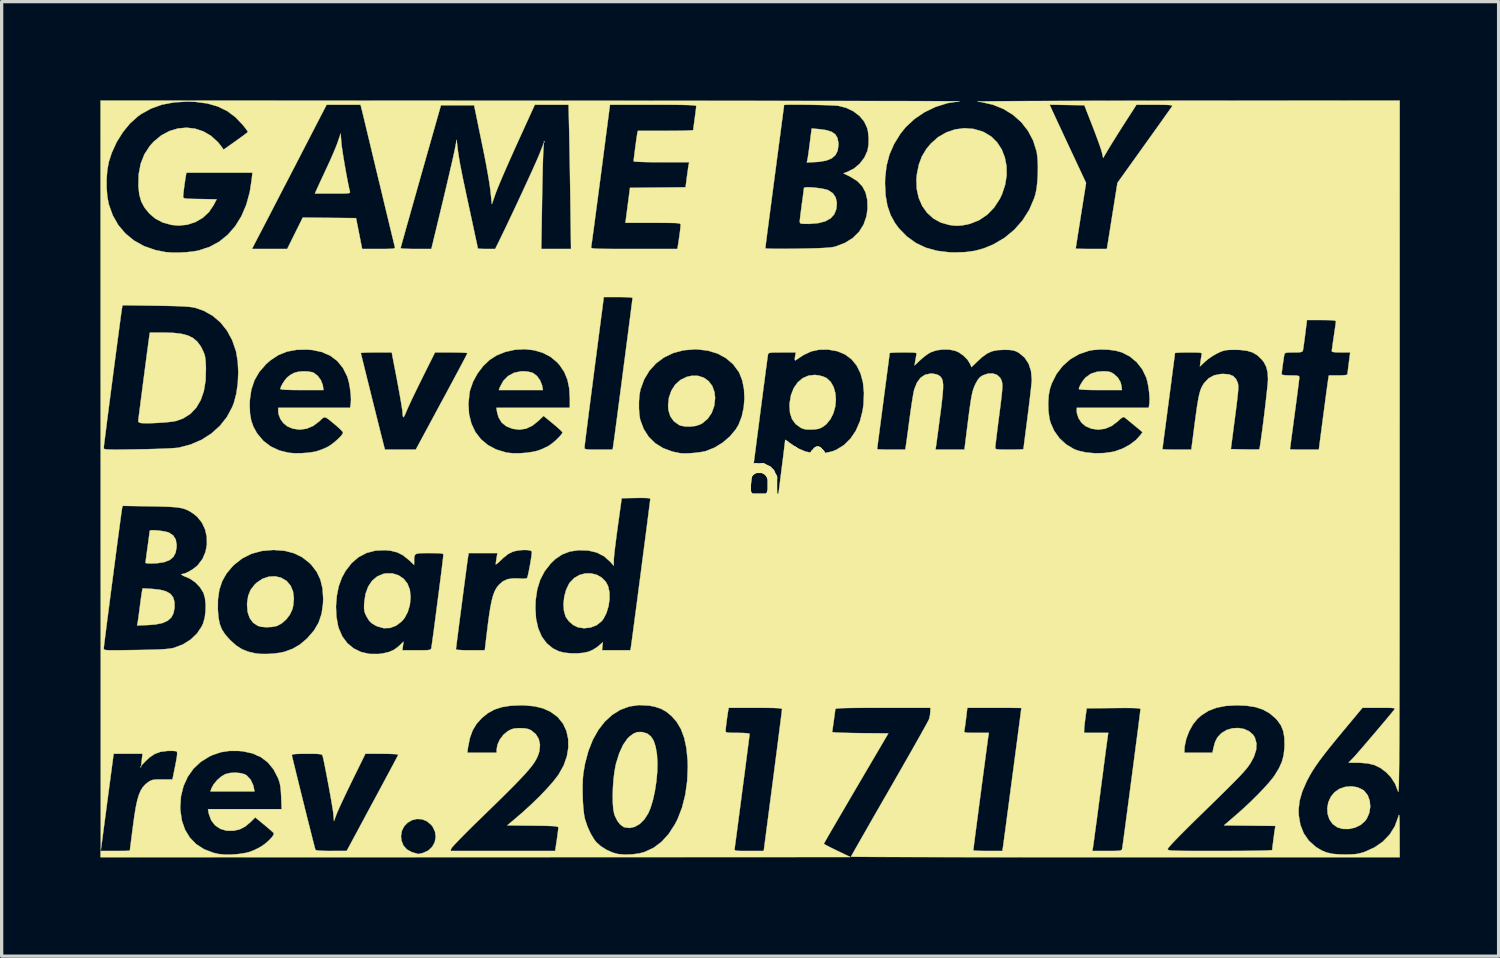
<source format=kicad_pcb>
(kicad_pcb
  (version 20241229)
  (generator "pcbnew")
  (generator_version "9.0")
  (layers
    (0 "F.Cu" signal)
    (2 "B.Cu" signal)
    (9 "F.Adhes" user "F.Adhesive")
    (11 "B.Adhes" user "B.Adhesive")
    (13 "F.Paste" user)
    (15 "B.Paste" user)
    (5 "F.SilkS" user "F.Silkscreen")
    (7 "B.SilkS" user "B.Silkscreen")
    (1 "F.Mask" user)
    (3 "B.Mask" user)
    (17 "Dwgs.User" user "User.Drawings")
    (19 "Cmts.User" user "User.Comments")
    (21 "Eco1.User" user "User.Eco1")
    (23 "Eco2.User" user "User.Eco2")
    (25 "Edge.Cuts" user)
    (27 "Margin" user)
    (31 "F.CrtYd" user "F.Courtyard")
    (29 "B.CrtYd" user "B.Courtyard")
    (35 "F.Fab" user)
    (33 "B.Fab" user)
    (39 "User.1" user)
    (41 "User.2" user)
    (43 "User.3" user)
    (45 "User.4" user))
  (footprint "moji"
    (layer "F.Cu")
    (at 19.722 11.498)
    (property "Reference" "moji" (at 0 0 0) (layer "F.SilkS") (effects (font (size 1.524 1.524) (thickness 0.3))))
    (attr through_hole)
    (fp_poly (pts (xy -18.479 8.747) (xy -18.494 8.763) (xy -18.51 8.747) (xy -18.494 8.731) (xy -18.479 8.747)) (stroke (width 0.01) (type solid)) (fill yes) (layer "F.SilkS"))
    (fp_poly (pts (xy -6.223 -10.239) (xy -6.239 -10.223) (xy -6.255 -10.239) (xy -6.239 -10.255) (xy -6.223 -10.239)) (stroke (width 0.01) (type solid)) (fill yes) (layer "F.SilkS"))
    (fp_poly (pts (xy -6.742 -3.26) (xy -6.616 -3.231) (xy -6.582 -3.218) (xy -6.466 -3.132) (xy -6.37 -3.003) (xy -6.308 -2.852) (xy -6.301 -2.818) (xy -6.279 -2.699) (xy -7.618 -2.699) (xy -7.586 -2.786) (xy -7.482 -2.978) (xy -7.337 -3.126) (xy -7.156 -3.224) (xy -6.947 -3.268) (xy -6.89 -3.27) (xy -6.742 -3.26)) (stroke (width 0.01) (type solid)) (fill yes) (layer "F.SilkS"))
    (fp_poly (pts (xy -15.465 8.938) (xy -15.334 8.975) (xy -15.28 9.006) (xy -15.16 9.134) (xy -15.081 9.302) (xy -15.064 9.374) (xy -15.042 9.493) (xy -16.38 9.493) (xy -16.347 9.4) (xy -16.282 9.278) (xy -16.178 9.153) (xy -16.054 9.044) (xy -15.932 8.971) (xy -15.923 8.968) (xy -15.782 8.933) (xy -15.622 8.924) (xy -15.465 8.938)) (stroke (width 0.01) (type solid)) (fill yes) (layer "F.SilkS"))
    (fp_poly (pts (xy 2.115 -10.625) (xy 2.331 -10.595) (xy 2.49 -10.545) (xy 2.601 -10.468) (xy 2.667 -10.361) (xy 2.696 -10.219) (xy 2.699 -10.152) (xy 2.677 -9.977) (xy 2.61 -9.84) (xy 2.495 -9.738) (xy 2.329 -9.67) (xy 2.11 -9.632) (xy 2.02 -9.626) (xy 1.737 -9.612) (xy 1.755 -9.688) (xy 1.766 -9.746) (xy 1.782 -9.853) (xy 1.802 -9.996) (xy 1.823 -10.159) (xy 1.829 -10.204) (xy 1.885 -10.645) (xy 2.115 -10.625)) (stroke (width 0.01) (type solid)) (fill yes) (layer "F.SilkS"))
    (fp_poly (pts (xy 10.876 -3.264) (xy 10.972 -3.241) (xy 11.049 -3.199) (xy 11.187 -3.077) (xy 11.269 -2.936) (xy 11.294 -2.831) (xy 11.311 -2.699) (xy 10.656 -2.699) (xy 10.404 -2.7) (xy 10.212 -2.705) (xy 10.081 -2.713) (xy 10.012 -2.724) (xy 10.001 -2.732) (xy 10.02 -2.798) (xy 10.068 -2.891) (xy 10.132 -2.99) (xy 10.2 -3.073) (xy 10.213 -3.086) (xy 10.368 -3.195) (xy 10.557 -3.255) (xy 10.742 -3.27) (xy 10.876 -3.264)) (stroke (width 0.01) (type solid)) (fill yes) (layer "F.SilkS"))
    (fp_poly (pts (xy -13.415 -3.264) (xy -13.287 -3.241) (xy -13.24 -3.223) (xy -13.122 -3.132) (xy -13.026 -3.002) (xy -12.969 -2.86) (xy -12.963 -2.827) (xy -12.946 -2.699) (xy -13.601 -2.699) (xy -13.853 -2.7) (xy -14.045 -2.705) (xy -14.176 -2.713) (xy -14.245 -2.724) (xy -14.256 -2.732) (xy -14.237 -2.798) (xy -14.189 -2.891) (xy -14.125 -2.99) (xy -14.057 -3.073) (xy -14.044 -3.086) (xy -13.951 -3.158) (xy -13.844 -3.217) (xy -13.836 -3.221) (xy -13.714 -3.254) (xy -13.565 -3.268) (xy -13.415 -3.264)) (stroke (width 0.01) (type solid)) (fill yes) (layer "F.SilkS"))
    (fp_poly (pts (xy 18.466 9.368) (xy 18.626 9.443) (xy 18.676 9.482) (xy 18.779 9.614) (xy 18.838 9.778) (xy 18.854 9.958) (xy 18.826 10.142) (xy 18.753 10.313) (xy 18.696 10.393) (xy 18.561 10.512) (xy 18.391 10.594) (xy 18.203 10.636) (xy 18.016 10.633) (xy 17.849 10.583) (xy 17.711 10.482) (xy 17.614 10.344) (xy 17.56 10.181) (xy 17.548 10.004) (xy 17.58 9.825) (xy 17.657 9.656) (xy 17.769 9.519) (xy 17.92 9.415) (xy 18.097 9.355) (xy 18.284 9.339) (xy 18.466 9.368)) (stroke (width 0.01) (type solid)) (fill yes) (layer "F.SilkS"))
    (fp_poly (pts (xy -18.144 3.342) (xy -17.907 3.368) (xy -17.725 3.417) (xy -17.595 3.492) (xy -17.512 3.597) (xy -17.472 3.736) (xy -17.469 3.91) (xy -17.5 4.078) (xy -17.568 4.21) (xy -17.679 4.309) (xy -17.836 4.379) (xy -18.045 4.422) (xy -18.263 4.439) (xy -18.609 4.453) (xy -18.593 4.378) (xy -18.582 4.318) (xy -18.567 4.21) (xy -18.548 4.069) (xy -18.527 3.911) (xy -18.526 3.905) (xy -18.506 3.745) (xy -18.486 3.599) (xy -18.469 3.485) (xy -18.458 3.417) (xy -18.458 3.417) (xy -18.44 3.325) (xy -18.144 3.342)) (stroke (width 0.01) (type solid)) (fill yes) (layer "F.SilkS"))
    (fp_poly (pts (xy -1.569 -3.131) (xy -1.391 -3.075) (xy -1.245 -2.97) (xy -1.134 -2.822) (xy -1.067 -2.636) (xy -1.048 -2.458) (xy -1.074 -2.221) (xy -1.15 -2.008) (xy -1.271 -1.829) (xy -1.433 -1.692) (xy -1.502 -1.654) (xy -1.638 -1.609) (xy -1.8 -1.589) (xy -1.961 -1.592) (xy -2.1 -1.619) (xy -2.143 -1.638) (xy -2.302 -1.751) (xy -2.409 -1.901) (xy -2.466 -2.088) (xy -2.476 -2.225) (xy -2.451 -2.468) (xy -2.376 -2.684) (xy -2.258 -2.866) (xy -2.101 -3.006) (xy -1.91 -3.099) (xy -1.77 -3.131) (xy -1.569 -3.131)) (stroke (width 0.01) (type solid)) (fill yes) (layer "F.SilkS"))
    (fp_poly (pts (xy -4.644 2.913) (xy -4.492 2.998) (xy -4.369 3.125) (xy -4.3 3.255) (xy -4.258 3.438) (xy -4.255 3.647) (xy -4.286 3.864) (xy -4.348 4.071) (xy -4.438 4.248) (xy -4.502 4.33) (xy -4.652 4.446) (xy -4.834 4.516) (xy -5.032 4.537) (xy -5.217 4.508) (xy -5.358 4.439) (xy -5.488 4.328) (xy -5.582 4.197) (xy -5.591 4.179) (xy -5.641 4.003) (xy -5.654 3.797) (xy -5.631 3.58) (xy -5.575 3.371) (xy -5.488 3.189) (xy -5.462 3.149) (xy -5.327 3.01) (xy -5.167 2.918) (xy -4.993 2.872) (xy -4.815 2.871) (xy -4.644 2.913)) (stroke (width 0.01) (type solid)) (fill yes) (layer "F.SilkS"))
    (fp_poly (pts (xy -14.231 3.002) (xy -14.066 3.1) (xy -14.062 3.103) (xy -13.945 3.242) (xy -13.871 3.419) (xy -13.844 3.625) (xy -13.864 3.849) (xy -13.893 3.967) (xy -13.964 4.121) (xy -14.075 4.267) (xy -14.21 4.387) (xy -14.352 4.464) (xy -14.371 4.47) (xy -14.517 4.498) (xy -14.68 4.506) (xy -14.832 4.493) (xy -14.94 4.464) (xy -15.084 4.368) (xy -15.188 4.226) (xy -15.25 4.042) (xy -15.267 3.82) (xy -15.265 3.766) (xy -15.232 3.551) (xy -15.161 3.375) (xy -15.043 3.22) (xy -14.971 3.151) (xy -14.797 3.034) (xy -14.608 2.97) (xy -14.415 2.959) (xy -14.231 3.002)) (stroke (width 0.01) (type solid)) (fill yes) (layer "F.SilkS"))
    (fp_poly (pts (xy -18.016 1.564) (xy -17.897 1.577) (xy -17.78 1.595) (xy -17.681 1.618) (xy -17.638 1.633) (xy -17.512 1.716) (xy -17.434 1.84) (xy -17.406 2.005) (xy -17.407 2.072) (xy -17.437 2.241) (xy -17.505 2.37) (xy -17.617 2.464) (xy -17.777 2.527) (xy -17.989 2.561) (xy -18.074 2.566) (xy -18.204 2.569) (xy -18.3 2.565) (xy -18.348 2.555) (xy -18.352 2.55) (xy -18.347 2.509) (xy -18.336 2.418) (xy -18.319 2.288) (xy -18.297 2.131) (xy -18.288 2.064) (xy -18.265 1.899) (xy -18.246 1.757) (xy -18.232 1.648) (xy -18.225 1.586) (xy -18.224 1.577) (xy -18.196 1.563) (xy -18.121 1.559) (xy -18.016 1.564)) (stroke (width 0.01) (type solid)) (fill yes) (layer "F.SilkS"))
    (fp_poly (pts (xy -12.402 -10.208) (xy -12.39 -10.102) (xy -12.368 -9.95) (xy -12.339 -9.765) (xy -12.305 -9.561) (xy -12.268 -9.352) (xy -12.231 -9.151) (xy -12.196 -8.971) (xy -12.166 -8.826) (xy -12.142 -8.729) (xy -12.141 -8.723) (xy -12.139 -8.703) (xy -12.153 -8.688) (xy -12.192 -8.678) (xy -12.264 -8.672) (xy -12.377 -8.669) (xy -12.54 -8.668) (xy -12.666 -8.668) (xy -13.207 -8.668) (xy -13.132 -8.834) (xy -13.093 -8.92) (xy -13.033 -9.05) (xy -12.959 -9.208) (xy -12.878 -9.383) (xy -12.827 -9.492) (xy -12.742 -9.678) (xy -12.659 -9.866) (xy -12.586 -10.039) (xy -12.53 -10.181) (xy -12.51 -10.238) (xy -12.424 -10.493) (xy -12.402 -10.208)) (stroke (width 0.01) (type solid)) (fill yes) (layer "F.SilkS"))
    (fp_poly (pts (xy -10.848 2.872) (xy -10.665 2.929) (xy -10.51 3.034) (xy -10.393 3.182) (xy -10.322 3.366) (xy -10.32 3.376) (xy -10.299 3.598) (xy -10.321 3.825) (xy -10.383 4.04) (xy -10.481 4.225) (xy -10.565 4.326) (xy -10.738 4.458) (xy -10.922 4.528) (xy -11.115 4.535) (xy -11.313 4.479) (xy -11.37 4.452) (xy -11.482 4.383) (xy -11.56 4.305) (xy -11.63 4.191) (xy -11.631 4.19) (xy -11.676 4.099) (xy -11.702 4.023) (xy -11.712 3.941) (xy -11.711 3.831) (xy -11.706 3.75) (xy -11.668 3.493) (xy -11.588 3.274) (xy -11.47 3.097) (xy -11.317 2.966) (xy -11.133 2.887) (xy -11.049 2.871) (xy -10.848 2.872)) (stroke (width 0.01) (type solid)) (fill yes) (layer "F.SilkS"))
    (fp_poly (pts (xy 2.12 -3.141) (xy 2.226 -3.112) (xy 2.315 -3.076) (xy 2.339 -3.063) (xy 2.465 -2.945) (xy 2.553 -2.788) (xy 2.605 -2.603) (xy 2.621 -2.402) (xy 2.601 -2.196) (xy 2.546 -1.997) (xy 2.457 -1.817) (xy 2.335 -1.666) (xy 2.26 -1.605) (xy 2.174 -1.552) (xy 2.091 -1.521) (xy 1.987 -1.505) (xy 1.895 -1.5) (xy 1.753 -1.5) (xy 1.651 -1.514) (xy 1.566 -1.547) (xy 1.552 -1.554) (xy 1.395 -1.669) (xy 1.288 -1.817) (xy 1.227 -2.003) (xy 1.212 -2.231) (xy 1.216 -2.305) (xy 1.258 -2.55) (xy 1.341 -2.76) (xy 1.46 -2.931) (xy 1.609 -3.058) (xy 1.784 -3.136) (xy 1.978 -3.159) (xy 2.12 -3.141)) (stroke (width 0.01) (type solid)) (fill yes) (layer "F.SilkS"))
    (fp_poly (pts (xy 1.867 -8.857) (xy 1.997 -8.846) (xy 2.131 -8.829) (xy 2.255 -8.807) (xy 2.356 -8.782) (xy 2.392 -8.768) (xy 2.529 -8.677) (xy 2.615 -8.549) (xy 2.651 -8.386) (xy 2.634 -8.198) (xy 2.571 -8.038) (xy 2.459 -7.914) (xy 2.296 -7.824) (xy 2.081 -7.769) (xy 1.813 -7.747) (xy 1.771 -7.747) (xy 1.647 -7.748) (xy 1.574 -7.754) (xy 1.537 -7.768) (xy 1.525 -7.795) (xy 1.524 -7.82) (xy 1.528 -7.877) (xy 1.54 -7.984) (xy 1.558 -8.126) (xy 1.579 -8.29) (xy 1.587 -8.35) (xy 1.61 -8.515) (xy 1.629 -8.657) (xy 1.643 -8.766) (xy 1.65 -8.828) (xy 1.651 -8.837) (xy 1.68 -8.854) (xy 1.757 -8.86) (xy 1.867 -8.857)) (stroke (width 0.01) (type solid)) (fill yes) (layer "F.SilkS"))
    (fp_poly (pts (xy 6.802 -10.632) (xy 7.076 -10.552) (xy 7.123 -10.531) (xy 7.342 -10.398) (xy 7.521 -10.221) (xy 7.659 -10.008) (xy 7.753 -9.766) (xy 7.804 -9.502) (xy 7.808 -9.223) (xy 7.763 -8.937) (xy 7.669 -8.652) (xy 7.601 -8.508) (xy 7.431 -8.246) (xy 7.223 -8.031) (xy 6.982 -7.866) (xy 6.712 -7.755) (xy 6.613 -7.73) (xy 6.45 -7.7) (xy 6.316 -7.69) (xy 6.18 -7.698) (xy 6.057 -7.716) (xy 5.803 -7.789) (xy 5.58 -7.913) (xy 5.392 -8.083) (xy 5.243 -8.292) (xy 5.137 -8.536) (xy 5.077 -8.807) (xy 5.067 -9.102) (xy 5.082 -9.256) (xy 5.141 -9.548) (xy 5.235 -9.799) (xy 5.371 -10.024) (xy 5.505 -10.185) (xy 5.726 -10.382) (xy 5.975 -10.526) (xy 6.243 -10.617) (xy 6.522 -10.653) (xy 6.802 -10.632)) (stroke (width 0.01) (type solid)) (fill yes) (layer "F.SilkS"))
    (fp_poly (pts (xy -3.249 7.694) (xy -3.11 7.737) (xy -3 7.821) (xy -2.917 7.949) (xy -2.857 8.128) (xy -2.817 8.354) (xy -2.8 8.605) (xy -2.805 8.887) (xy -2.832 9.183) (xy -2.876 9.476) (xy -2.936 9.752) (xy -3.01 9.995) (xy -3.08 10.161) (xy -3.198 10.344) (xy -3.337 10.482) (xy -3.49 10.57) (xy -3.65 10.605) (xy -3.807 10.582) (xy -3.828 10.574) (xy -3.924 10.506) (xy -4.015 10.392) (xy -4.089 10.245) (xy -4.116 10.167) (xy -4.142 10.027) (xy -4.156 9.84) (xy -4.159 9.62) (xy -4.152 9.382) (xy -4.135 9.141) (xy -4.108 8.912) (xy -4.072 8.708) (xy -4.054 8.634) (xy -3.958 8.328) (xy -3.844 8.08) (xy -3.714 7.893) (xy -3.655 7.833) (xy -3.529 7.738) (xy -3.412 7.692) (xy -3.283 7.689) (xy -3.249 7.694)) (stroke (width 0.01) (type solid)) (fill yes) (layer "F.SilkS"))
    (fp_poly (pts (xy -17.504 -4.436) (xy -17.261 -4.408) (xy -17.065 -4.357) (xy -16.908 -4.279) (xy -16.781 -4.172) (xy -16.678 -4.033) (xy -16.632 -3.948) (xy -16.588 -3.853) (xy -16.557 -3.772) (xy -16.538 -3.687) (xy -16.526 -3.581) (xy -16.519 -3.437) (xy -16.516 -3.353) (xy -16.526 -2.991) (xy -16.579 -2.671) (xy -16.674 -2.394) (xy -16.811 -2.162) (xy -16.988 -1.976) (xy -17.206 -1.838) (xy -17.415 -1.762) (xy -17.51 -1.744) (xy -17.647 -1.727) (xy -17.811 -1.712) (xy -17.986 -1.701) (xy -18.159 -1.693) (xy -18.314 -1.69) (xy -18.438 -1.693) (xy -18.514 -1.701) (xy -18.518 -1.702) (xy -18.565 -1.73) (xy -18.574 -1.748) (xy -18.57 -1.785) (xy -18.559 -1.877) (xy -18.541 -2.015) (xy -18.518 -2.192) (xy -18.492 -2.399) (xy -18.462 -2.628) (xy -18.431 -2.871) (xy -18.398 -3.119) (xy -18.366 -3.365) (xy -18.335 -3.6) (xy -18.307 -3.817) (xy -18.281 -4.006) (xy -18.261 -4.159) (xy -18.246 -4.27) (xy -18.238 -4.326) (xy -18.219 -4.445) (xy -17.8 -4.445) (xy -17.504 -4.436)) (stroke (width 0.01) (type solid)) (fill yes) (layer "F.SilkS"))
    (fp_poly (pts (xy 19.746 -0.913) (xy 19.746 0.067) (xy 19.746 0.985) (xy 19.746 1.843) (xy 19.745 2.644) (xy 19.745 3.389) (xy 19.744 4.079) (xy 19.744 4.718) (xy 19.743 5.307) (xy 19.742 5.847) (xy 19.741 6.341) (xy 19.74 6.791) (xy 19.739 7.198) (xy 19.738 7.565) (xy 19.737 7.893) (xy 19.735 8.184) (xy 19.733 8.44) (xy 19.732 8.663) (xy 19.729 8.856) (xy 19.727 9.019) (xy 19.725 9.155) (xy 19.722 9.265) (xy 19.719 9.352) (xy 19.716 9.418) (xy 19.713 9.464) (xy 19.709 9.493) (xy 19.705 9.505) (xy 19.701 9.504) (xy 19.698 9.494) (xy 19.61 9.261) (xy 19.479 9.06) (xy 19.335 8.911) (xy 19.165 8.781) (xy 18.984 8.693) (xy 18.778 8.643) (xy 18.531 8.623) (xy 18.503 8.623) (xy 18.195 8.62) (xy 18.348 8.461) (xy 18.401 8.404) (xy 18.487 8.306) (xy 18.6 8.176) (xy 18.732 8.022) (xy 18.876 7.854) (xy 19.026 7.678) (xy 19.172 7.505) (xy 19.31 7.342) (xy 19.431 7.197) (xy 19.528 7.079) (xy 19.586 7.008) (xy 19.598 6.988) (xy 19.593 6.973) (xy 19.561 6.963) (xy 19.495 6.957) (xy 19.385 6.954) (xy 19.225 6.953) (xy 19.124 6.953) (xy 18.618 6.953) (xy 18.052 7.633) (xy 17.816 7.918) (xy 17.617 8.163) (xy 17.452 8.373) (xy 17.313 8.557) (xy 17.198 8.72) (xy 17.1 8.87) (xy 17.016 9.013) (xy 16.939 9.156) (xy 16.921 9.192) (xy 16.789 9.495) (xy 16.708 9.775) (xy 16.677 10.043) (xy 16.681 10.213) (xy 16.731 10.508) (xy 16.833 10.766) (xy 16.985 10.986) (xy 17.19 11.171) (xy 17.209 11.185) (xy 17.366 11.281) (xy 17.524 11.348) (xy 17.7 11.389) (xy 17.91 11.408) (xy 18.098 11.411) (xy 18.275 11.408) (xy 18.41 11.398) (xy 18.522 11.379) (xy 18.632 11.348) (xy 18.688 11.329) (xy 18.985 11.195) (xy 19.238 11.018) (xy 19.444 10.804) (xy 19.6 10.555) (xy 19.702 10.276) (xy 19.704 10.271) (xy 19.717 10.225) (xy 19.726 10.207) (xy 19.734 10.222) (xy 19.739 10.277) (xy 19.742 10.377) (xy 19.744 10.528) (xy 19.746 10.734) (xy 19.746 10.803) (xy 19.748 11.493) (xy 11.414 11.493) (xy 10.691 11.493) (xy 9.985 11.493) (xy 9.298 11.493) (xy 8.633 11.493) (xy 7.993 11.492) (xy 7.38 11.491) (xy 6.796 11.491) (xy 6.245 11.49) (xy 5.73 11.489) (xy 5.252 11.488) (xy 4.814 11.487) (xy 4.42 11.486) (xy 4.071 11.485) (xy 3.77 11.484) (xy 3.52 11.482) (xy 3.323 11.481) (xy 3.183 11.48) (xy 3.101 11.478) (xy 3.08 11.477) (xy 3.095 11.448) (xy 3.14 11.367) (xy 3.211 11.241) (xy 3.307 11.072) (xy 3.425 10.866) (xy 3.562 10.627) (xy 3.715 10.358) (xy 3.883 10.065) (xy 4.063 9.752) (xy 4.245 9.437) (xy 4.435 9.106) (xy 4.617 8.788) (xy 4.788 8.489) (xy 4.945 8.213) (xy 5.085 7.965) (xy 5.207 7.749) (xy 5.243 7.683) (xy 6.518 7.683) (xy 6.536 7.699) (xy 6.583 7.708) (xy 6.669 7.713) (xy 6.804 7.715) (xy 6.887 7.715) (xy 7.269 7.715) (xy 7.254 7.803) (xy 7.247 7.847) (xy 7.233 7.947) (xy 7.214 8.094) (xy 7.188 8.282) (xy 7.159 8.504) (xy 7.126 8.753) (xy 7.09 9.022) (xy 7.053 9.303) (xy 7.015 9.591) (xy 6.977 9.877) (xy 6.941 10.155) (xy 6.906 10.418) (xy 6.875 10.659) (xy 6.847 10.871) (xy 6.824 11.047) (xy 6.808 11.179) (xy 6.797 11.261) (xy 6.795 11.286) (xy 6.824 11.292) (xy 6.906 11.297) (xy 7.029 11.301) (xy 7.181 11.303) (xy 7.236 11.303) (xy 7.678 11.303) (xy 7.697 11.184) (xy 7.704 11.139) (xy 7.717 11.038) (xy 7.737 10.888) (xy 7.763 10.696) (xy 7.794 10.467) (xy 7.828 10.208) (xy 7.866 9.925) (xy 7.905 9.625) (xy 7.946 9.314) (xy 7.988 8.997) (xy 8.03 8.683) (xy 8.07 8.376) (xy 8.109 8.083) (xy 8.145 7.811) (xy 8.157 7.715) (xy 10.16 7.715) (xy 10.896 7.715) (xy 10.877 7.834) (xy 10.87 7.889) (xy 10.855 8) (xy 10.833 8.16) (xy 10.806 8.364) (xy 10.774 8.605) (xy 10.739 8.876) (xy 10.7 9.171) (xy 10.659 9.483) (xy 10.652 9.541) (xy 10.611 9.854) (xy 10.572 10.15) (xy 10.536 10.423) (xy 10.503 10.665) (xy 10.475 10.872) (xy 10.453 11.036) (xy 10.437 11.151) (xy 10.428 11.211) (xy 10.427 11.216) (xy 10.409 11.303) (xy 10.855 11.303) (xy 11.032 11.303) (xy 11.155 11.3) (xy 11.234 11.295) (xy 11.281 11.285) (xy 11.305 11.268) (xy 11.315 11.243) (xy 12.7 11.243) (xy 12.702 11.256) (xy 12.711 11.268) (xy 12.733 11.277) (xy 12.772 11.285) (xy 12.834 11.291) (xy 12.924 11.295) (xy 13.047 11.298) (xy 13.208 11.301) (xy 13.413 11.302) (xy 13.667 11.303) (xy 13.974 11.303) (xy 14.287 11.303) (xy 14.641 11.302) (xy 14.958 11.301) (xy 15.235 11.298) (xy 15.468 11.294) (xy 15.652 11.29) (xy 15.783 11.284) (xy 15.858 11.278) (xy 15.875 11.274) (xy 15.879 11.227) (xy 15.89 11.136) (xy 15.905 11.017) (xy 15.922 10.887) (xy 15.938 10.765) (xy 15.953 10.667) (xy 15.956 10.645) (xy 15.973 10.542) (xy 14.411 10.525) (xy 14.79 10.199) (xy 15.006 10.007) (xy 15.221 9.806) (xy 15.426 9.603) (xy 15.614 9.408) (xy 15.774 9.23) (xy 15.899 9.078) (xy 15.953 9.001) (xy 16.082 8.789) (xy 16.169 8.596) (xy 16.221 8.401) (xy 16.247 8.181) (xy 16.25 8.112) (xy 16.246 7.865) (xy 16.211 7.662) (xy 16.142 7.489) (xy 16.032 7.334) (xy 15.97 7.268) (xy 15.794 7.119) (xy 15.597 7.008) (xy 15.37 6.933) (xy 15.104 6.891) (xy 14.796 6.878) (xy 14.468 6.896) (xy 14.186 6.951) (xy 13.942 7.045) (xy 13.727 7.181) (xy 13.608 7.285) (xy 13.47 7.454) (xy 13.353 7.665) (xy 13.265 7.895) (xy 13.216 8.125) (xy 13.208 8.243) (xy 13.208 8.319) (xy 14.06 8.319) (xy 14.094 8.158) (xy 14.143 7.985) (xy 14.211 7.854) (xy 14.311 7.745) (xy 14.341 7.719) (xy 14.495 7.626) (xy 14.668 7.576) (xy 14.848 7.567) (xy 15.021 7.597) (xy 15.174 7.666) (xy 15.294 7.771) (xy 15.347 7.854) (xy 15.398 8.035) (xy 15.388 8.232) (xy 15.318 8.447) (xy 15.219 8.629) (xy 15.178 8.69) (xy 15.133 8.753) (xy 15.078 8.822) (xy 15.01 8.901) (xy 14.925 8.994) (xy 14.819 9.105) (xy 14.688 9.238) (xy 14.529 9.397) (xy 14.337 9.587) (xy 14.108 9.811) (xy 13.839 10.074) (xy 13.723 10.187) (xy 13.469 10.435) (xy 13.248 10.655) (xy 13.06 10.843) (xy 12.909 10.999) (xy 12.797 11.119) (xy 12.727 11.2) (xy 12.7 11.241) (xy 12.7 11.243) (xy 11.315 11.243) (xy 11.315 11.243) (xy 11.318 11.232) (xy 11.325 11.189) (xy 11.339 11.09) (xy 11.359 10.941) (xy 11.385 10.749) (xy 11.416 10.52) (xy 11.45 10.26) (xy 11.488 9.976) (xy 11.528 9.675) (xy 11.569 9.361) (xy 11.611 9.043) (xy 11.653 8.726) (xy 11.693 8.417) (xy 11.731 8.122) (xy 11.767 7.848) (xy 11.799 7.601) (xy 11.826 7.387) (xy 11.848 7.212) (xy 11.864 7.084) (xy 11.873 7.009) (xy 11.874 6.991) (xy 11.86 6.979) (xy 11.812 6.97) (xy 11.726 6.963) (xy 11.596 6.96) (xy 11.416 6.958) (xy 11.181 6.96) (xy 11.057 6.961) (xy 10.24 6.969) (xy 10.203 7.239) (xy 10.185 7.377) (xy 10.171 7.504) (xy 10.163 7.597) (xy 10.163 7.612) (xy 10.16 7.715) (xy 8.157 7.715) (xy 8.177 7.566) (xy 8.205 7.354) (xy 8.227 7.181) (xy 8.243 7.054) (xy 8.253 6.979) (xy 8.255 6.961) (xy 8.225 6.959) (xy 8.139 6.957) (xy 8.007 6.956) (xy 7.836 6.954) (xy 7.635 6.953) (xy 7.435 6.953) (xy 6.614 6.953) (xy 6.575 7.279) (xy 6.557 7.421) (xy 6.54 7.544) (xy 6.526 7.63) (xy 6.52 7.66) (xy 6.518 7.683) (xy 5.243 7.683) (xy 5.306 7.57) (xy 5.382 7.433) (xy 5.431 7.341) (xy 5.45 7.303) (xy 5.478 7.189) (xy 5.491 7.073) (xy 5.491 7.072) (xy 5.493 6.953) (xy 4.048 6.953) (xy 3.693 6.954) (xy 3.398 6.955) (xy 3.157 6.957) (xy 2.965 6.96) (xy 2.82 6.964) (xy 2.715 6.97) (xy 2.647 6.976) (xy 2.612 6.985) (xy 2.603 6.993) (xy 2.598 7.04) (xy 2.586 7.134) (xy 2.569 7.26) (xy 2.556 7.35) (xy 2.537 7.486) (xy 2.521 7.598) (xy 2.511 7.671) (xy 2.509 7.691) (xy 2.539 7.697) (xy 2.625 7.704) (xy 2.757 7.71) (xy 2.929 7.715) (xy 3.131 7.72) (xy 3.356 7.723) (xy 3.361 7.723) (xy 4.214 7.731) (xy 3.235 9.398) (xy 3.061 9.695) (xy 2.897 9.976) (xy 2.745 10.235) (xy 2.609 10.469) (xy 2.49 10.672) (xy 2.393 10.84) (xy 2.32 10.968) (xy 2.273 11.05) (xy 2.256 11.083) (xy 2.255 11.083) (xy 2.282 11.103) (xy 2.356 11.144) (xy 2.467 11.201) (xy 2.605 11.269) (xy 2.659 11.295) (xy 3.064 11.488) (xy -8.326 11.491) (xy -19.717 11.493) (xy -19.717 11.303) (xy -19.272 11.303) (xy -19.112 11.302) (xy -18.978 11.301) (xy -18.881 11.298) (xy -18.832 11.295) (xy -18.828 11.294) (xy -18.824 11.262) (xy -18.813 11.175) (xy -18.796 11.043) (xy -18.775 10.875) (xy -18.75 10.679) (xy -18.733 10.55) (xy -18.69 10.236) (xy -18.648 9.979) (xy -18.646 9.97) (xy -17.297 9.97) (xy -17.293 10.066) (xy -17.247 10.382) (xy -17.15 10.66) (xy -17.004 10.899) (xy -16.811 11.096) (xy -16.573 11.25) (xy -16.291 11.358) (xy -16.118 11.397) (xy -15.945 11.414) (xy -15.736 11.413) (xy -15.518 11.395) (xy -15.315 11.363) (xy -15.195 11.333) (xy -15.057 11.28) (xy -14.906 11.206) (xy -14.802 11.144) (xy -14.69 11.06) (xy -14.589 10.969) (xy -14.508 10.881) (xy -14.46 10.809) (xy -14.452 10.766) (xy -14.479 10.737) (xy -14.546 10.676) (xy -14.641 10.594) (xy -14.74 10.511) (xy -15.018 10.283) (xy -15.159 10.423) (xy -15.323 10.561) (xy -15.49 10.647) (xy -15.677 10.689) (xy -15.891 10.687) (xy -16.08 10.63) (xy -16.236 10.525) (xy -16.354 10.375) (xy -16.425 10.185) (xy -16.432 10.152) (xy -16.454 10.033) (xy -14.216 10.033) (xy -14.23 9.66) (xy -14.24 9.479) (xy -14.254 9.343) (xy -14.276 9.232) (xy -14.31 9.129) (xy -14.326 9.088) (xy -14.462 8.825) (xy -14.635 8.613) (xy -14.846 8.452) (xy -14.985 8.39) (xy -13.907 8.39) (xy -13.899 8.426) (xy -13.878 8.516) (xy -13.845 8.653) (xy -13.802 8.829) (xy -13.751 9.036) (xy -13.694 9.268) (xy -13.633 9.516) (xy -13.569 9.773) (xy -13.505 10.032) (xy -13.442 10.285) (xy -13.381 10.524) (xy -13.326 10.742) (xy -13.278 10.933) (xy -13.239 11.087) (xy -13.21 11.198) (xy -13.194 11.257) (xy -13.192 11.263) (xy -13.168 11.28) (xy -13.104 11.291) (xy -12.995 11.298) (xy -12.833 11.302) (xy -12.709 11.302) (xy -12.24 11.301) (xy -11.999 10.854) (xy -10.591 10.854) (xy -10.576 10.988) (xy -10.516 11.14) (xy -10.411 11.257) (xy -10.257 11.341) (xy -10.065 11.395) (xy -10.027 11.389) (xy -9.952 11.371) (xy -9.922 11.363) (xy -9.789 11.303) (xy -9.085 11.303) (xy -5.908 11.303) (xy -5.892 11.2) (xy -5.87 11.055) (xy -5.848 10.906) (xy -5.83 10.769) (xy -5.816 10.661) (xy -5.81 10.596) (xy -5.81 10.591) (xy -5.817 10.576) (xy -5.842 10.563) (xy -5.893 10.554) (xy -5.976 10.547) (xy -6.099 10.542) (xy -6.269 10.538) (xy -6.493 10.535) (xy -6.587 10.534) (xy -7.363 10.525) (xy -7.157 10.353) (xy -6.881 10.116) (xy -6.617 9.874) (xy -6.371 9.635) (xy -6.153 9.406) (xy -6.087 9.332) (xy -5.074 9.332) (xy -5.074 9.559) (xy -5.066 9.789) (xy -5.051 10.005) (xy -5.03 10.191) (xy -5.003 10.331) (xy -5.002 10.335) (xy -4.926 10.562) (xy -4.827 10.778) (xy -4.716 10.961) (xy -4.658 11.035) (xy -4.521 11.158) (xy -4.345 11.269) (xy -4.153 11.354) (xy -3.997 11.396) (xy -3.796 11.414) (xy -3.57 11.407) (xy -3.351 11.377) (xy -3.196 11.336) (xy -2.922 11.21) (xy -2.677 11.027) (xy -2.459 10.787) (xy -2.268 10.491) (xy -2.188 10.335) (xy -2.053 9.986) (xy -1.955 9.597) (xy -1.896 9.18) (xy -1.878 8.746) (xy -1.884 8.547) (xy -1.919 8.182) (xy -1.986 7.869) (xy -2.066 7.653) (xy -0.73 7.653) (xy -0.73 7.653) (xy -0.726 7.68) (xy -0.706 7.698) (xy -0.661 7.708) (xy -0.578 7.713) (xy -0.448 7.715) (xy -0.365 7.715) (xy -0.201 7.718) (xy -0.081 7.726) (xy -0.013 7.737) (xy 0 7.747) (xy -0.004 7.783) (xy -0.015 7.875) (xy -0.033 8.015) (xy -0.057 8.198) (xy -0.085 8.415) (xy -0.117 8.661) (xy -0.151 8.927) (xy -0.188 9.207) (xy -0.226 9.495) (xy -0.263 9.782) (xy -0.3 10.062) (xy -0.335 10.328) (xy -0.367 10.573) (xy -0.396 10.79) (xy -0.42 10.971) (xy -0.439 11.111) (xy -0.451 11.201) (xy -0.456 11.232) (xy -0.459 11.26) (xy -0.45 11.279) (xy -0.421 11.292) (xy -0.361 11.299) (xy -0.262 11.302) (xy -0.113 11.303) (xy -0.019 11.303) (xy 0.429 11.303) (xy 0.708 9.168) (xy 0.755 8.806) (xy 0.799 8.463) (xy 0.841 8.142) (xy 0.878 7.851) (xy 0.911 7.593) (xy 0.939 7.375) (xy 0.961 7.2) (xy 0.976 7.076) (xy 0.984 7.006) (xy 0.985 6.993) (xy 0.971 6.98) (xy 0.924 6.97) (xy 0.84 6.963) (xy 0.712 6.958) (xy 0.535 6.955) (xy 0.302 6.953) (xy 0.175 6.953) (xy -0.634 6.953) (xy -0.648 7.025) (xy -0.663 7.107) (xy -0.68 7.225) (xy -0.698 7.357) (xy -0.714 7.486) (xy -0.726 7.591) (xy -0.73 7.653) (xy -2.066 7.653) (xy -2.085 7.602) (xy -2.218 7.377) (xy -2.369 7.206) (xy -2.528 7.074) (xy -2.691 6.982) (xy -2.878 6.921) (xy -3.055 6.887) (xy -3.363 6.871) (xy -3.653 6.913) (xy -3.924 7.013) (xy -4.173 7.167) (xy -4.398 7.372) (xy -4.596 7.626) (xy -4.764 7.926) (xy -4.9 8.271) (xy -5.002 8.656) (xy -5.052 8.949) (xy -5.067 9.123) (xy -5.074 9.332) (xy -6.087 9.332) (xy -5.968 9.196) (xy -5.826 9.013) (xy -5.795 8.968) (xy -5.648 8.704) (xy -5.552 8.432) (xy -5.507 8.162) (xy -5.511 7.901) (xy -5.565 7.656) (xy -5.668 7.435) (xy -5.82 7.246) (xy -5.855 7.214) (xy -6.051 7.072) (xy -6.274 6.971) (xy -6.532 6.908) (xy -6.834 6.88) (xy -6.953 6.878) (xy -7.263 6.891) (xy -7.526 6.933) (xy -7.752 7.007) (xy -7.952 7.117) (xy -8.135 7.265) (xy -8.294 7.441) (xy -8.413 7.638) (xy -8.497 7.869) (xy -8.553 8.146) (xy -8.556 8.168) (xy -8.576 8.319) (xy -7.684 8.319) (xy -7.684 8.213) (xy -7.657 8.066) (xy -7.584 7.912) (xy -7.479 7.773) (xy -7.353 7.668) (xy -7.353 7.668) (xy -7.256 7.615) (xy -7.169 7.586) (xy -7.065 7.574) (xy -6.972 7.572) (xy -6.823 7.579) (xy -6.716 7.601) (xy -6.636 7.638) (xy -6.495 7.754) (xy -6.405 7.904) (xy -6.368 8.08) (xy -6.388 8.274) (xy -6.398 8.311) (xy -6.424 8.39) (xy -6.457 8.468) (xy -6.499 8.548) (xy -6.553 8.635) (xy -6.624 8.732) (xy -6.714 8.842) (xy -6.827 8.97) (xy -6.965 9.118) (xy -7.132 9.291) (xy -7.332 9.492) (xy -7.567 9.725) (xy -7.841 9.993) (xy -8.157 10.3) (xy -8.245 10.385) (xy -8.432 10.568) (xy -8.605 10.74) (xy -8.758 10.895) (xy -8.886 11.027) (xy -8.984 11.132) (xy -9.045 11.202) (xy -9.065 11.232) (xy -9.085 11.303) (xy -9.789 11.303) (xy -9.763 11.291) (xy -9.643 11.178) (xy -9.566 11.037) (xy -9.536 10.88) (xy -9.556 10.718) (xy -9.629 10.564) (xy -9.675 10.506) (xy -9.811 10.395) (xy -9.96 10.338) (xy -10.112 10.331) (xy -10.258 10.367) (xy -10.388 10.443) (xy -10.494 10.553) (xy -10.564 10.691) (xy -10.591 10.854) (xy -11.999 10.854) (xy -11.462 9.855) (xy -11.311 9.576) (xy -11.17 9.313) (xy -11.041 9.072) (xy -10.927 8.859) (xy -10.83 8.678) (xy -10.754 8.535) (xy -10.702 8.436) (xy -10.676 8.385) (xy -10.673 8.38) (xy -10.7 8.369) (xy -10.782 8.36) (xy -10.915 8.354) (xy -11.091 8.351) (xy -11.167 8.35) (xy -11.672 8.35) (xy -12.074 9.168) (xy -12.182 9.39) (xy -12.284 9.604) (xy -12.377 9.8) (xy -12.455 9.969) (xy -12.514 10.102) (xy -12.55 10.187) (xy -12.551 10.191) (xy -12.626 10.396) (xy -12.645 10.175) (xy -12.655 10.094) (xy -12.676 9.963) (xy -12.704 9.794) (xy -12.739 9.596) (xy -12.778 9.382) (xy -12.819 9.164) (xy -12.859 8.952) (xy -12.897 8.758) (xy -12.93 8.594) (xy -12.957 8.471) (xy -12.974 8.406) (xy -12.986 8.384) (xy -13.015 8.369) (xy -13.069 8.359) (xy -13.16 8.353) (xy -13.296 8.351) (xy -13.448 8.35) (xy -13.639 8.352) (xy -13.773 8.356) (xy -13.857 8.365) (xy -13.899 8.378) (xy -13.907 8.39) (xy -14.985 8.39) (xy -15.097 8.34) (xy -15.388 8.276) (xy -15.526 8.264) (xy -15.81 8.264) (xy -16.063 8.303) (xy -16.308 8.386) (xy -16.411 8.433) (xy -16.673 8.596) (xy -16.894 8.803) (xy -17.069 9.05) (xy -17.197 9.33) (xy -17.274 9.639) (xy -17.297 9.97) (xy -18.646 9.97) (xy -18.604 9.771) (xy -18.555 9.604) (xy -18.5 9.472) (xy -18.435 9.367) (xy -18.359 9.282) (xy -18.268 9.209) (xy -18.261 9.205) (xy -18.202 9.169) (xy -18.14 9.146) (xy -18.061 9.134) (xy -17.945 9.13) (xy -17.841 9.13) (xy -17.533 9.132) (xy -17.45 8.719) (xy -17.416 8.542) (xy -17.396 8.419) (xy -17.39 8.339) (xy -17.396 8.294) (xy -17.407 8.279) (xy -17.456 8.267) (xy -17.55 8.262) (xy -17.669 8.263) (xy -17.685 8.264) (xy -17.895 8.291) (xy -18.07 8.354) (xy -18.23 8.462) (xy -18.342 8.566) (xy -18.486 8.715) (xy -18.464 8.533) (xy -18.442 8.35) (xy -18.881 8.35) (xy -19.32 8.35) (xy -19.515 9.819) (xy -19.71 11.287) (xy -19.712 5.157) (xy -19.622 5.157) (xy -19.619 5.173) (xy -19.606 5.186) (xy -19.577 5.195) (xy -19.524 5.202) (xy -19.442 5.206) (xy -19.324 5.207) (xy -19.163 5.206) (xy -18.952 5.203) (xy -18.685 5.199) (xy -18.645 5.199) (xy -18.348 5.193) (xy -18.107 5.187) (xy -17.914 5.18) (xy -17.763 5.171) (xy -17.646 5.16) (xy -17.556 5.147) (xy -17.485 5.131) (xy -17.481 5.13) (xy -17.214 5.028) (xy -16.981 4.882) (xy -16.789 4.699) (xy -16.645 4.485) (xy -16.602 4.389) (xy -16.553 4.216) (xy -16.528 4.015) (xy -16.527 3.974) (xy -16.154 3.974) (xy -16.135 4.212) (xy -16.097 4.404) (xy -16.034 4.567) (xy -15.938 4.718) (xy -15.802 4.873) (xy -15.767 4.908) (xy -15.594 5.063) (xy -15.421 5.173) (xy -15.229 5.25) (xy -15.007 5.301) (xy -14.848 5.317) (xy -14.653 5.318) (xy -14.447 5.305) (xy -14.256 5.28) (xy -14.123 5.25) (xy -13.879 5.159) (xy -13.666 5.035) (xy -13.463 4.865) (xy -13.427 4.829) (xy -13.232 4.603) (xy -13.092 4.363) (xy -13.003 4.099) (xy -12.97 3.871) (xy -12.566 3.871) (xy -12.553 4.179) (xy -12.502 4.466) (xy -12.481 4.54) (xy -12.372 4.788) (xy -12.219 4.992) (xy -12.028 5.15) (xy -11.803 5.259) (xy -11.549 5.317) (xy -11.272 5.319) (xy -11.127 5.299) (xy -10.946 5.255) (xy -10.804 5.192) (xy -10.676 5.098) (xy -10.631 5.057) (xy -10.514 4.945) (xy -10.549 5.207) (xy -10.117 5.207) (xy -9.944 5.207) (xy -9.824 5.204) (xy -9.747 5.198) (xy -9.703 5.187) (xy -9.695 5.181) (xy -8.922 5.181) (xy -8.892 5.19) (xy -8.81 5.198) (xy -8.687 5.204) (xy -8.536 5.207) (xy -8.483 5.207) (xy -8.045 5.207) (xy -7.988 4.723) (xy -7.947 4.389) (xy -7.909 4.111) (xy -7.878 3.922) (xy -6.508 3.922) (xy -6.487 4.254) (xy -6.421 4.544) (xy -6.314 4.791) (xy -6.164 4.994) (xy -5.975 5.149) (xy -5.799 5.236) (xy -5.642 5.277) (xy -5.449 5.298) (xy -5.242 5.301) (xy -5.045 5.283) (xy -4.892 5.249) (xy -4.768 5.195) (xy -4.642 5.117) (xy -4.594 5.079) (xy -4.46 4.961) (xy -4.472 5.084) (xy -4.483 5.207) (xy -3.622 5.207) (xy -3.604 5.104) (xy -3.597 5.055) (xy -3.583 4.95) (xy -3.562 4.797) (xy -3.536 4.6) (xy -3.505 4.365) (xy -3.47 4.1) (xy -3.431 3.811) (xy -3.391 3.503) (xy -3.349 3.182) (xy -3.306 2.855) (xy -3.264 2.529) (xy -3.222 2.208) (xy -3.182 1.9) (xy -3.144 1.61) (xy -3.11 1.345) (xy -3.08 1.11) (xy -3.055 0.913) (xy -3.035 0.759) (xy -3.022 0.654) (xy -3.016 0.605) (xy -3.016 0.602) (xy -3.047 0.588) (xy -3.139 0.58) (xy -3.288 0.577) (xy -3.451 0.579) (xy -3.886 0.587) (xy -4.005 1.445) (xy -4.037 1.68) (xy -4.066 1.904) (xy -4.091 2.105) (xy -4.11 2.274) (xy -4.122 2.4) (xy -4.126 2.47) (xy -4.128 2.637) (xy -4.229 2.521) (xy -4.418 2.353) (xy -4.641 2.238) (xy -4.898 2.176) (xy -5.19 2.167) (xy -5.199 2.167) (xy -5.464 2.207) (xy -5.694 2.295) (xy -5.903 2.436) (xy -6.043 2.572) (xy -6.227 2.806) (xy -6.362 3.066) (xy -6.452 3.357) (xy -6.5 3.686) (xy -6.508 3.922) (xy -7.878 3.922) (xy -7.872 3.883) (xy -7.835 3.698) (xy -7.795 3.549) (xy -7.752 3.43) (xy -7.703 3.334) (xy -7.647 3.254) (xy -7.61 3.212) (xy -7.49 3.109) (xy -7.354 3.047) (xy -7.186 3.022) (xy -7.027 3.024) (xy -6.896 3.031) (xy -6.815 3.029) (xy -6.771 3.018) (xy -6.752 2.995) (xy -6.75 2.989) (xy -6.726 2.893) (xy -6.7 2.767) (xy -6.673 2.625) (xy -6.649 2.484) (xy -6.629 2.357) (xy -6.617 2.26) (xy -6.616 2.207) (xy -6.616 2.204) (xy -6.658 2.177) (xy -6.745 2.162) (xy -6.862 2.159) (xy -6.993 2.169) (xy -7.121 2.192) (xy -7.194 2.212) (xy -7.336 2.283) (xy -7.487 2.404) (xy -7.533 2.448) (xy -7.616 2.527) (xy -7.679 2.579) (xy -7.711 2.597) (xy -7.713 2.593) (xy -7.707 2.541) (xy -7.694 2.453) (xy -7.687 2.405) (xy -7.662 2.254) (xy -8.535 2.254) (xy -8.554 2.373) (xy -8.563 2.431) (xy -8.578 2.54) (xy -8.599 2.694) (xy -8.624 2.885) (xy -8.653 3.105) (xy -8.685 3.345) (xy -8.718 3.599) (xy -8.752 3.858) (xy -8.786 4.114) (xy -8.818 4.36) (xy -8.847 4.588) (xy -8.873 4.79) (xy -8.895 4.958) (xy -8.91 5.084) (xy -8.92 5.161) (xy -8.922 5.181) (xy -9.695 5.181) (xy -9.681 5.17) (xy -9.671 5.143) (xy -9.669 5.136) (xy -9.661 5.087) (xy -9.646 4.985) (xy -9.626 4.836) (xy -9.6 4.648) (xy -9.571 4.431) (xy -9.54 4.191) (xy -9.507 3.936) (xy -9.473 3.675) (xy -9.439 3.415) (xy -9.407 3.165) (xy -9.377 2.932) (xy -9.351 2.725) (xy -9.33 2.551) (xy -9.314 2.418) (xy -9.305 2.335) (xy -9.303 2.31) (xy -9.308 2.287) (xy -9.331 2.272) (xy -9.382 2.262) (xy -9.469 2.257) (xy -9.603 2.255) (xy -9.728 2.254) (xy -9.908 2.255) (xy -10.033 2.259) (xy -10.115 2.274) (xy -10.162 2.303) (xy -10.184 2.352) (xy -10.191 2.426) (xy -10.191 2.505) (xy -10.192 2.612) (xy -10.352 2.463) (xy -10.524 2.324) (xy -10.701 2.233) (xy -10.903 2.182) (xy -11.068 2.166) (xy -11.363 2.178) (xy -11.634 2.248) (xy -11.877 2.375) (xy -12.091 2.558) (xy -12.274 2.795) (xy -12.388 3.004) (xy -12.483 3.264) (xy -12.542 3.559) (xy -12.566 3.871) (xy -12.97 3.871) (xy -12.96 3.802) (xy -12.954 3.631) (xy -12.975 3.323) (xy -13.04 3.057) (xy -13.151 2.823) (xy -13.311 2.614) (xy -13.379 2.546) (xy -13.597 2.376) (xy -13.843 2.257) (xy -14.121 2.185) (xy -14.44 2.16) (xy -14.472 2.159) (xy -14.814 2.188) (xy -15.126 2.272) (xy -15.408 2.412) (xy -15.659 2.608) (xy -15.705 2.653) (xy -15.889 2.872) (xy -16.023 3.108) (xy -16.109 3.369) (xy -16.151 3.664) (xy -16.154 3.974) (xy -16.527 3.974) (xy -16.525 3.809) (xy -16.546 3.619) (xy -16.59 3.465) (xy -16.594 3.456) (xy -16.696 3.292) (xy -16.836 3.145) (xy -16.995 3.034) (xy -17.075 2.997) (xy -17.188 2.951) (xy -17.251 2.916) (xy -17.262 2.895) (xy -17.23 2.889) (xy -17.147 2.869) (xy -17.036 2.817) (xy -16.916 2.744) (xy -16.806 2.66) (xy -16.758 2.614) (xy -16.619 2.429) (xy -16.529 2.217) (xy -16.487 1.991) (xy -16.491 1.76) (xy -16.541 1.537) (xy -16.636 1.332) (xy -16.775 1.157) (xy -16.877 1.071) (xy -16.969 1.009) (xy -17.054 0.959) (xy -17.143 0.921) (xy -17.242 0.891) (xy -17.362 0.87) (xy -17.51 0.855) (xy -17.697 0.845) (xy -17.929 0.838) (xy -18.199 0.833) (xy -19.047 0.819) (xy -19.064 0.894) (xy -19.071 0.94) (xy -19.086 1.042) (xy -19.107 1.194) (xy -19.133 1.388) (xy -19.164 1.62) (xy -19.199 1.882) (xy -19.237 2.168) (xy -19.277 2.472) (xy -19.318 2.787) (xy -19.36 3.107) (xy -19.402 3.425) (xy -19.442 3.734) (xy -19.48 4.03) (xy -19.516 4.305) (xy -19.547 4.552) (xy -19.575 4.766) (xy -19.596 4.939) (xy -19.612 5.066) (xy -19.62 5.141) (xy -19.622 5.157) (xy -19.712 5.157) (xy -19.713 0.445) (xy -0.005 0.445) (xy 0.878 0.445) (xy 0.979 -0.357) (xy 1.007 -0.576) (xy 1.032 -0.774) (xy 1.052 -0.943) (xy 1.068 -1.074) (xy 1.078 -1.158) (xy 1.08 -1.185) (xy 1.101 -1.181) (xy 1.156 -1.143) (xy 1.213 -1.097) (xy 1.446 -0.937) (xy 1.702 -0.829) (xy 1.972 -0.775) (xy 2.245 -0.777) (xy 2.511 -0.835) (xy 2.64 -0.887) (xy 2.669 -0.905) (xy 3.873 -0.905) (xy 3.903 -0.899) (xy 3.985 -0.894) (xy 4.107 -0.891) (xy 4.258 -0.889) (xy 4.301 -0.889) (xy 4.728 -0.889) (xy 4.745 -0.992) (xy 4.754 -1.053) (xy 4.77 -1.166) (xy 4.791 -1.321) (xy 4.817 -1.508) (xy 4.844 -1.716) (xy 4.859 -1.826) (xy 4.889 -2.045) (xy 4.919 -2.252) (xy 4.948 -2.436) (xy 4.973 -2.585) (xy 4.994 -2.688) (xy 5.001 -2.717) (xy 5.082 -2.922) (xy 5.191 -3.071) (xy 5.328 -3.163) (xy 5.493 -3.199) (xy 5.567 -3.197) (xy 5.698 -3.17) (xy 5.783 -3.121) (xy 5.822 -3.075) (xy 5.851 -3.022) (xy 5.869 -2.953) (xy 5.878 -2.862) (xy 5.877 -2.741) (xy 5.865 -2.583) (xy 5.844 -2.381) (xy 5.814 -2.127) (xy 5.793 -1.968) (xy 5.763 -1.738) (xy 5.735 -1.522) (xy 5.709 -1.331) (xy 5.688 -1.175) (xy 5.673 -1.063) (xy 5.665 -1.008) (xy 5.646 -0.889) (xy 6.526 -0.889) (xy 6.6 -1.484) (xy 6.639 -1.792) (xy 6.671 -2.043) (xy 6.7 -2.247) (xy 6.725 -2.409) (xy 6.748 -2.538) (xy 6.771 -2.64) (xy 6.795 -2.723) (xy 6.821 -2.795) (xy 6.851 -2.862) (xy 6.86 -2.882) (xy 6.928 -3.005) (xy 6.994 -3.085) (xy 7.074 -3.14) (xy 7.081 -3.144) (xy 7.238 -3.198) (xy 7.386 -3.203) (xy 7.514 -3.161) (xy 7.61 -3.074) (xy 7.634 -3.031) (xy 7.653 -2.987) (xy 7.667 -2.942) (xy 7.676 -2.888) (xy 7.678 -2.818) (xy 7.674 -2.724) (xy 7.663 -2.599) (xy 7.645 -2.437) (xy 7.62 -2.228) (xy 7.586 -1.967) (xy 7.572 -1.859) (xy 7.543 -1.63) (xy 7.516 -1.42) (xy 7.494 -1.238) (xy 7.477 -1.093) (xy 7.465 -0.992) (xy 7.461 -0.946) (xy 7.461 -0.946) (xy 7.466 -0.923) (xy 7.488 -0.907) (xy 7.536 -0.897) (xy 7.621 -0.892) (xy 7.752 -0.889) (xy 7.89 -0.889) (xy 8.047 -0.89) (xy 8.178 -0.893) (xy 8.271 -0.898) (xy 8.316 -0.903) (xy 8.319 -0.905) (xy 8.322 -0.939) (xy 8.334 -1.029) (xy 8.351 -1.166) (xy 8.374 -1.343) (xy 8.401 -1.551) (xy 8.431 -1.784) (xy 8.445 -1.897) (xy 8.477 -2.146) (xy 8.497 -2.307) (xy 9.071 -2.307) (xy 9.078 -2.062) (xy 9.109 -1.835) (xy 9.141 -1.709) (xy 9.253 -1.458) (xy 9.414 -1.234) (xy 9.616 -1.048) (xy 9.85 -0.908) (xy 9.982 -0.857) (xy 10.223 -0.803) (xy 10.495 -0.778) (xy 10.774 -0.785) (xy 11.036 -0.823) (xy 11.098 -0.838) (xy 11.286 -0.905) (xy 12.541 -0.905) (xy 12.571 -0.899) (xy 12.653 -0.894) (xy 12.776 -0.891) (xy 12.927 -0.889) (xy 12.98 -0.889) (xy 13.418 -0.889) (xy 13.521 -1.683) (xy 13.56 -1.972) (xy 13.593 -2.206) (xy 13.624 -2.392) (xy 13.653 -2.539) (xy 13.683 -2.655) (xy 13.715 -2.747) (xy 13.752 -2.823) (xy 13.795 -2.892) (xy 13.811 -2.915) (xy 13.946 -3.057) (xy 14.111 -3.146) (xy 14.313 -3.186) (xy 14.388 -3.189) (xy 14.56 -3.176) (xy 14.684 -3.128) (xy 14.772 -3.042) (xy 14.823 -2.934) (xy 14.835 -2.894) (xy 14.843 -2.846) (xy 14.845 -2.785) (xy 14.842 -2.701) (xy 14.832 -2.589) (xy 14.816 -2.44) (xy 14.793 -2.246) (xy 14.762 -2.001) (xy 14.743 -1.857) (xy 14.619 -0.905) (xy 15.045 -0.896) (xy 15.203 -0.894) (xy 15.336 -0.893) (xy 15.433 -0.895) (xy 15.481 -0.899) (xy 15.484 -0.9) (xy 15.493 -0.936) (xy 15.509 -1.027) (xy 15.529 -1.162) (xy 15.553 -1.334) (xy 15.58 -1.533) (xy 15.608 -1.749) (xy 15.636 -1.975) (xy 15.663 -2.2) (xy 15.688 -2.417) (xy 15.71 -2.615) (xy 15.728 -2.786) (xy 15.741 -2.921) (xy 15.747 -3.01) (xy 15.748 -3.028) (xy 15.74 -3.174) (xy 16.161 -3.174) (xy 16.19 -3.16) (xy 16.269 -3.149) (xy 16.384 -3.144) (xy 16.431 -3.143) (xy 16.563 -3.142) (xy 16.644 -3.136) (xy 16.685 -3.122) (xy 16.699 -3.099) (xy 16.7 -3.088) (xy 16.696 -3.044) (xy 16.684 -2.945) (xy 16.666 -2.798) (xy 16.642 -2.613) (xy 16.614 -2.395) (xy 16.582 -2.153) (xy 16.557 -1.971) (xy 16.524 -1.719) (xy 16.493 -1.488) (xy 16.465 -1.285) (xy 16.443 -1.117) (xy 16.427 -0.993) (xy 16.417 -0.918) (xy 16.415 -0.899) (xy 16.445 -0.896) (xy 16.527 -0.892) (xy 16.649 -0.89) (xy 16.801 -0.889) (xy 16.854 -0.889) (xy 17.292 -0.889) (xy 17.428 -1.929) (xy 17.462 -2.182) (xy 17.493 -2.419) (xy 17.521 -2.63) (xy 17.546 -2.808) (xy 17.564 -2.944) (xy 17.577 -3.031) (xy 17.581 -3.056) (xy 17.597 -3.143) (xy 17.879 -3.143) (xy 18.026 -3.146) (xy 18.117 -3.156) (xy 18.158 -3.173) (xy 18.162 -3.183) (xy 18.167 -3.23) (xy 18.178 -3.324) (xy 18.193 -3.45) (xy 18.204 -3.532) (xy 18.245 -3.842) (xy 17.965 -3.842) (xy 17.819 -3.845) (xy 17.73 -3.854) (xy 17.69 -3.871) (xy 17.685 -3.881) (xy 17.69 -3.926) (xy 17.703 -4.021) (xy 17.721 -4.152) (xy 17.744 -4.306) (xy 17.748 -4.334) (xy 17.771 -4.491) (xy 17.791 -4.627) (xy 17.805 -4.729) (xy 17.811 -4.783) (xy 17.811 -4.786) (xy 17.795 -4.803) (xy 17.74 -4.815) (xy 17.64 -4.822) (xy 17.488 -4.825) (xy 17.372 -4.826) (xy 16.932 -4.826) (xy 16.877 -4.389) (xy 16.856 -4.226) (xy 16.836 -4.082) (xy 16.82 -3.97) (xy 16.809 -3.905) (xy 16.807 -3.897) (xy 16.79 -3.87) (xy 16.751 -3.853) (xy 16.677 -3.844) (xy 16.554 -3.842) (xy 16.524 -3.842) (xy 16.394 -3.841) (xy 16.313 -3.835) (xy 16.27 -3.821) (xy 16.25 -3.797) (xy 16.243 -3.77) (xy 16.231 -3.704) (xy 16.216 -3.601) (xy 16.198 -3.479) (xy 16.182 -3.356) (xy 16.169 -3.252) (xy 16.161 -3.185) (xy 16.161 -3.174) (xy 15.74 -3.174) (xy 15.736 -3.235) (xy 15.697 -3.399) (xy 15.626 -3.54) (xy 15.553 -3.633) (xy 15.424 -3.756) (xy 15.28 -3.841) (xy 15.109 -3.893) (xy 14.898 -3.918) (xy 14.764 -3.921) (xy 14.608 -3.92) (xy 14.496 -3.913) (xy 14.408 -3.897) (xy 14.323 -3.868) (xy 14.222 -3.822) (xy 14.217 -3.82) (xy 14.079 -3.743) (xy 13.938 -3.647) (xy 13.841 -3.567) (xy 13.678 -3.415) (xy 13.7 -3.573) (xy 13.715 -3.677) (xy 13.731 -3.761) (xy 13.737 -3.786) (xy 13.738 -3.809) (xy 13.721 -3.824) (xy 13.676 -3.834) (xy 13.594 -3.839) (xy 13.464 -3.841) (xy 13.337 -3.842) (xy 13.183 -3.84) (xy 13.055 -3.837) (xy 12.965 -3.831) (xy 12.924 -3.825) (xy 12.922 -3.823) (xy 12.918 -3.789) (xy 12.907 -3.698) (xy 12.888 -3.557) (xy 12.864 -3.372) (xy 12.835 -3.149) (xy 12.802 -2.895) (xy 12.765 -2.616) (xy 12.732 -2.363) (xy 12.693 -2.068) (xy 12.657 -1.792) (xy 12.624 -1.542) (xy 12.595 -1.325) (xy 12.572 -1.146) (xy 12.555 -1.013) (xy 12.544 -0.93) (xy 12.541 -0.905) (xy 11.286 -0.905) (xy 11.332 -0.921) (xy 11.551 -1.04) (xy 11.74 -1.184) (xy 11.874 -1.333) (xy 11.936 -1.42) (xy 11.691 -1.623) (xy 11.581 -1.713) (xy 11.486 -1.792) (xy 11.418 -1.847) (xy 11.396 -1.865) (xy 11.362 -1.879) (xy 11.32 -1.865) (xy 11.256 -1.816) (xy 11.186 -1.75) (xy 11 -1.609) (xy 10.799 -1.524) (xy 10.589 -1.496) (xy 10.382 -1.526) (xy 10.209 -1.601) (xy 10.084 -1.706) (xy 9.991 -1.846) (xy 9.942 -2.001) (xy 9.938 -2.058) (xy 9.938 -2.159) (xy 12.125 -2.159) (xy 12.145 -2.294) (xy 12.151 -2.419) (xy 12.142 -2.582) (xy 12.121 -2.76) (xy 12.09 -2.93) (xy 12.053 -3.07) (xy 12.05 -3.078) (xy 11.929 -3.33) (xy 11.759 -3.547) (xy 11.548 -3.721) (xy 11.311 -3.843) (xy 11.122 -3.895) (xy 10.897 -3.925) (xy 10.658 -3.932) (xy 10.431 -3.915) (xy 10.311 -3.893) (xy 10.011 -3.791) (xy 9.744 -3.637) (xy 9.513 -3.434) (xy 9.323 -3.188) (xy 9.179 -2.902) (xy 9.126 -2.746) (xy 9.086 -2.543) (xy 9.071 -2.307) (xy 8.497 -2.307) (xy 8.506 -2.382) (xy 8.531 -2.595) (xy 8.551 -2.776) (xy 8.565 -2.915) (xy 8.572 -3.004) (xy 8.572 -3.022) (xy 8.548 -3.281) (xy 8.475 -3.502) (xy 8.355 -3.684) (xy 8.19 -3.823) (xy 8.158 -3.842) (xy 8.079 -3.881) (xy 8 -3.905) (xy 7.903 -3.917) (xy 7.766 -3.921) (xy 7.731 -3.921) (xy 7.53 -3.911) (xy 7.364 -3.877) (xy 7.216 -3.81) (xy 7.067 -3.702) (xy 6.94 -3.588) (xy 6.739 -3.395) (xy 6.7 -3.492) (xy 6.62 -3.62) (xy 6.498 -3.744) (xy 6.355 -3.844) (xy 6.249 -3.891) (xy 6.067 -3.928) (xy 5.864 -3.931) (xy 5.665 -3.903) (xy 5.497 -3.844) (xy 5.495 -3.843) (xy 5.398 -3.783) (xy 5.284 -3.697) (xy 5.183 -3.609) (xy 5.011 -3.446) (xy 5.031 -3.573) (xy 5.049 -3.674) (xy 5.064 -3.76) (xy 5.067 -3.77) (xy 5.071 -3.799) (xy 5.063 -3.819) (xy 5.032 -3.832) (xy 4.97 -3.838) (xy 4.867 -3.841) (xy 4.711 -3.842) (xy 4.668 -3.842) (xy 4.514 -3.84) (xy 4.386 -3.837) (xy 4.296 -3.831) (xy 4.256 -3.825) (xy 4.255 -3.823) (xy 4.25 -3.789) (xy 4.239 -3.698) (xy 4.221 -3.557) (xy 4.197 -3.372) (xy 4.167 -3.149) (xy 4.134 -2.895) (xy 4.097 -2.616) (xy 4.064 -2.363) (xy 4.025 -2.068) (xy 3.989 -1.792) (xy 3.956 -1.542) (xy 3.928 -1.325) (xy 3.904 -1.146) (xy 3.887 -1.013) (xy 3.876 -0.93) (xy 3.873 -0.905) (xy 2.669 -0.905) (xy 2.868 -1.029) (xy 3.065 -1.223) (xy 3.226 -1.463) (xy 3.35 -1.745) (xy 3.432 -2.064) (xy 3.459 -2.253) (xy 3.474 -2.608) (xy 3.444 -2.926) (xy 3.37 -3.204) (xy 3.254 -3.441) (xy 3.097 -3.634) (xy 2.9 -3.781) (xy 2.665 -3.879) (xy 2.393 -3.927) (xy 2.371 -3.929) (xy 2.106 -3.924) (xy 1.871 -3.873) (xy 1.649 -3.769) (xy 1.576 -3.723) (xy 1.487 -3.663) (xy 1.417 -3.617) (xy 1.389 -3.598) (xy 1.373 -3.613) (xy 1.376 -3.68) (xy 1.38 -3.711) (xy 1.403 -3.842) (xy 0.988 -3.842) (xy 0.819 -3.841) (xy 0.703 -3.839) (xy 0.629 -3.833) (xy 0.588 -3.821) (xy 0.567 -3.802) (xy 0.558 -3.774) (xy 0.557 -3.77) (xy 0.55 -3.727) (xy 0.536 -3.626) (xy 0.516 -3.473) (xy 0.489 -3.275) (xy 0.458 -3.035) (xy 0.421 -2.76) (xy 0.382 -2.456) (xy 0.339 -2.127) (xy 0.294 -1.781) (xy 0.286 -1.714) (xy 0.24 -1.364) (xy 0.197 -1.031) (xy 0.157 -0.721) (xy 0.12 -0.438) (xy 0.087 -0.19) (xy 0.059 0.019) (xy 0.037 0.183) (xy 0.021 0.297) (xy 0.013 0.353) (xy 0.012 0.357) (xy -0.005 0.445) (xy -19.713 0.445) (xy -19.713 -0.103) (xy -19.714 -0.94) (xy -19.622 -0.94) (xy -19.619 -0.924) (xy -19.606 -0.911) (xy -19.577 -0.902) (xy -19.525 -0.896) (xy -19.445 -0.892) (xy -19.329 -0.89) (xy -19.171 -0.89) (xy -18.965 -0.892) (xy -18.705 -0.896) (xy -18.582 -0.898) (xy -18.313 -0.903) (xy -18.059 -0.91) (xy -17.828 -0.918) (xy -17.629 -0.927) (xy -17.471 -0.937) (xy -17.364 -0.946) (xy -17.338 -0.95) (xy -16.977 -1.045) (xy -16.645 -1.189) (xy -16.348 -1.38) (xy -16.091 -1.612) (xy -15.878 -1.881) (xy -15.716 -2.184) (xy -15.695 -2.238) (xy -15.188 -2.238) (xy -15.177 -1.984) (xy -15.14 -1.772) (xy -15.073 -1.582) (xy -14.97 -1.397) (xy -14.953 -1.371) (xy -14.771 -1.155) (xy -14.547 -0.985) (xy -14.284 -0.863) (xy -14.005 -0.794) (xy -13.831 -0.779) (xy -13.625 -0.78) (xy -13.413 -0.795) (xy -13.224 -0.823) (xy -13.159 -0.838) (xy -13.037 -0.878) (xy -12.901 -0.933) (xy -12.831 -0.966) (xy -12.73 -1.027) (xy -12.621 -1.109) (xy -12.516 -1.2) (xy -12.427 -1.288) (xy -12.368 -1.362) (xy -12.351 -1.405) (xy -12.374 -1.443) (xy -12.436 -1.509) (xy -12.526 -1.591) (xy -12.579 -1.637) (xy -12.711 -1.746) (xy -12.803 -1.82) (xy -12.868 -1.861) (xy -12.917 -1.871) (xy -12.961 -1.853) (xy -13.011 -1.808) (xy -13.075 -1.746) (xy -13.258 -1.609) (xy -13.459 -1.525) (xy -13.669 -1.497) (xy -13.876 -1.526) (xy -14.038 -1.594) (xy -14.161 -1.692) (xy -14.256 -1.824) (xy -14.311 -1.968) (xy -14.319 -2.043) (xy -14.319 -2.159) (xy -12.137 -2.159) (xy -12.116 -2.288) (xy -12.109 -2.414) (xy -12.118 -2.579) (xy -12.141 -2.76) (xy -12.173 -2.935) (xy -12.214 -3.083) (xy -12.226 -3.117) (xy -12.356 -3.374) (xy -12.526 -3.582) (xy -12.735 -3.741) (xy -12.925 -3.825) (xy -11.811 -3.825) (xy -11.804 -3.793) (xy -11.783 -3.706) (xy -11.75 -3.573) (xy -11.707 -3.4) (xy -11.657 -3.196) (xy -11.6 -2.968) (xy -11.539 -2.723) (xy -11.476 -2.468) (xy -11.412 -2.212) (xy -11.35 -1.962) (xy -11.29 -1.724) (xy -11.236 -1.507) (xy -11.189 -1.319) (xy -11.15 -1.166) (xy -11.122 -1.056) (xy -11.11 -1.008) (xy -11.078 -0.889) (xy -10.142 -0.889) (xy -9.391 -2.282) (xy -8.542 -2.282) (xy -8.523 -1.967) (xy -8.452 -1.681) (xy -8.332 -1.426) (xy -8.164 -1.208) (xy -7.951 -1.028) (xy -7.695 -0.892) (xy -7.399 -0.803) (xy -7.355 -0.795) (xy -7.184 -0.778) (xy -6.977 -0.779) (xy -6.76 -0.796) (xy -6.559 -0.827) (xy -6.437 -0.857) (xy -6.303 -0.907) (xy -6.221 -0.945) (xy -5.017 -0.945) (xy -5.012 -0.922) (xy -4.988 -0.907) (xy -4.938 -0.897) (xy -4.85 -0.891) (xy -4.716 -0.889) (xy -4.589 -0.889) (xy -4.162 -0.889) (xy -4.145 -0.992) (xy -4.138 -1.04) (xy -4.124 -1.143) (xy -4.103 -1.296) (xy -4.077 -1.492) (xy -4.046 -1.725) (xy -4.011 -1.989) (xy -3.99 -2.151) (xy -3.362 -2.151) (xy -3.35 -1.959) (xy -3.325 -1.803) (xy -3.322 -1.794) (xy -3.218 -1.516) (xy -3.066 -1.278) (xy -2.867 -1.083) (xy -2.625 -0.933) (xy -2.34 -0.828) (xy -2.111 -0.781) (xy -1.99 -0.774) (xy -1.83 -0.778) (xy -1.655 -0.792) (xy -1.487 -0.813) (xy -1.351 -0.839) (xy -1.326 -0.846) (xy -1.065 -0.95) (xy -0.819 -1.101) (xy -0.6 -1.289) (xy -0.422 -1.501) (xy -0.337 -1.643) (xy -0.24 -1.89) (xy -0.18 -2.163) (xy -0.157 -2.447) (xy -0.171 -2.727) (xy -0.222 -2.989) (xy -0.311 -3.217) (xy -0.334 -3.258) (xy -0.502 -3.484) (xy -0.715 -3.667) (xy -0.967 -3.805) (xy -1.255 -3.894) (xy -1.575 -3.934) (xy -1.667 -3.936) (xy -2.005 -3.908) (xy -2.316 -3.825) (xy -2.596 -3.692) (xy -2.841 -3.511) (xy -3.045 -3.286) (xy -3.205 -3.02) (xy -3.316 -2.716) (xy -3.318 -2.708) (xy -3.346 -2.55) (xy -3.361 -2.356) (xy -3.362 -2.151) (xy -3.99 -2.151) (xy -3.973 -2.278) (xy -3.933 -2.585) (xy -3.891 -2.906) (xy -3.849 -3.232) (xy -3.806 -3.559) (xy -3.764 -3.88) (xy -3.724 -4.189) (xy -3.686 -4.479) (xy -3.652 -4.745) (xy -3.621 -4.981) (xy -3.596 -5.18) (xy -3.576 -5.336) (xy -3.562 -5.444) (xy -3.556 -5.496) (xy -3.556 -5.5) (xy -3.586 -5.509) (xy -3.668 -5.516) (xy -3.79 -5.522) (xy -3.942 -5.524) (xy -3.993 -5.524) (xy -4.429 -5.524) (xy -4.724 -3.262) (xy -4.772 -2.889) (xy -4.818 -2.534) (xy -4.861 -2.202) (xy -4.9 -1.897) (xy -4.934 -1.626) (xy -4.964 -1.392) (xy -4.987 -1.202) (xy -5.005 -1.061) (xy -5.015 -0.973) (xy -5.017 -0.945) (xy -6.221 -0.945) (xy -6.167 -0.969) (xy -6.093 -1.011) (xy -5.998 -1.079) (xy -5.898 -1.163) (xy -5.805 -1.252) (xy -5.732 -1.333) (xy -5.69 -1.393) (xy -5.685 -1.411) (xy -5.709 -1.444) (xy -5.773 -1.506) (xy -5.867 -1.59) (xy -5.973 -1.679) (xy -6.259 -1.914) (xy -6.408 -1.77) (xy -6.598 -1.617) (xy -6.79 -1.526) (xy -6.991 -1.496) (xy -7.198 -1.522) (xy -7.389 -1.597) (xy -7.533 -1.713) (xy -7.628 -1.871) (xy -7.671 -2.029) (xy -7.692 -2.159) (xy -5.461 -2.159) (xy -5.461 -2.437) (xy -5.479 -2.747) (xy -5.534 -3.013) (xy -5.629 -3.245) (xy -5.768 -3.452) (xy -5.845 -3.54) (xy -6.046 -3.708) (xy -6.284 -3.831) (xy -6.549 -3.909) (xy -6.833 -3.94) (xy -7.126 -3.924) (xy -7.419 -3.859) (xy -7.683 -3.753) (xy -7.897 -3.616) (xy -8.094 -3.428) (xy -8.265 -3.204) (xy -8.4 -2.957) (xy -8.49 -2.7) (xy -8.507 -2.621) (xy -8.542 -2.282) (xy -9.391 -2.282) (xy -9.357 -2.344) (xy -9.206 -2.624) (xy -9.065 -2.887) (xy -8.936 -3.128) (xy -8.822 -3.341) (xy -8.726 -3.522) (xy -8.651 -3.664) (xy -8.6 -3.764) (xy -8.575 -3.815) (xy -8.572 -3.82) (xy -8.602 -3.827) (xy -8.685 -3.834) (xy -8.81 -3.839) (xy -8.965 -3.841) (xy -9.065 -3.842) (xy -9.557 -3.842) (xy -9.949 -3.056) (xy -10.056 -2.839) (xy -10.158 -2.629) (xy -10.25 -2.438) (xy -10.327 -2.274) (xy -10.385 -2.148) (xy -10.417 -2.072) (xy -10.459 -1.972) (xy -10.495 -1.9) (xy -10.517 -1.873) (xy -10.532 -1.901) (xy -10.54 -1.971) (xy -10.541 -1.992) (xy -10.546 -2.054) (xy -10.563 -2.169) (xy -10.589 -2.328) (xy -10.622 -2.52) (xy -10.661 -2.737) (xy -10.705 -2.97) (xy -10.706 -2.977) (xy -10.872 -3.842) (xy -11.342 -3.842) (xy -11.506 -3.841) (xy -11.645 -3.838) (xy -11.748 -3.833) (xy -11.804 -3.828) (xy -11.811 -3.825) (xy -12.925 -3.825) (xy -12.985 -3.852) (xy -13.277 -3.915) (xy -13.43 -3.928) (xy -13.758 -3.922) (xy -14.05 -3.868) (xy -14.314 -3.762) (xy -14.557 -3.602) (xy -14.688 -3.487) (xy -14.892 -3.254) (xy -15.041 -2.998) (xy -15.137 -2.712) (xy -15.183 -2.393) (xy -15.188 -2.238) (xy -15.695 -2.238) (xy -15.668 -2.308) (xy -15.593 -2.592) (xy -15.548 -2.911) (xy -15.533 -3.244) (xy -15.55 -3.568) (xy -15.599 -3.864) (xy -15.606 -3.889) (xy -15.719 -4.217) (xy -15.877 -4.507) (xy -16.077 -4.756) (xy -16.315 -4.958) (xy -16.587 -5.11) (xy -16.83 -5.195) (xy -16.904 -5.21) (xy -16.995 -5.224) (xy -17.112 -5.234) (xy -17.261 -5.243) (xy -17.449 -5.25) (xy -17.685 -5.256) (xy -17.976 -5.261) (xy -18.041 -5.262) (xy -19.047 -5.276) (xy -19.064 -5.202) (xy -19.071 -5.156) (xy -19.086 -5.054) (xy -19.107 -4.903) (xy -19.133 -4.708) (xy -19.164 -4.476) (xy -19.199 -4.214) (xy -19.237 -3.928) (xy -19.277 -3.624) (xy -19.318 -3.31) (xy -19.36 -2.99) (xy -19.402 -2.672) (xy -19.442 -2.362) (xy -19.48 -2.066) (xy -19.516 -1.792) (xy -19.547 -1.544) (xy -19.574 -1.331) (xy -19.596 -1.157) (xy -19.612 -1.03) (xy -19.62 -0.956) (xy -19.622 -0.94) (xy -19.714 -0.94) (xy -19.716 -8.842) (xy -19.533 -8.842) (xy -19.511 -8.571) (xy -19.467 -8.34) (xy -19.347 -8.006) (xy -19.178 -7.709) (xy -18.961 -7.454) (xy -18.701 -7.241) (xy -18.399 -7.073) (xy -18.058 -6.953) (xy -17.748 -6.891) (xy -17.556 -6.875) (xy -17.328 -6.875) (xy -17.09 -6.888) (xy -16.869 -6.914) (xy -16.735 -6.939) (xy -16.595 -6.985) (xy -15.119 -6.985) (xy -14.048 -6.985) (xy -13.811 -7.462) (xy -13.574 -7.939) (xy -12.765 -7.93) (xy -11.956 -7.922) (xy -11.863 -7.453) (xy -11.771 -6.985) (xy -11.265 -6.985) (xy -11.075 -6.985) (xy -10.94 -6.988) (xy -10.851 -6.992) (xy -10.8 -7.001) (xy -10.785 -7.009) (xy -10.603 -7.009) (xy -10.574 -7) (xy -10.492 -6.993) (xy -10.369 -6.988) (xy -10.215 -6.985) (xy -10.136 -6.985) (xy -9.668 -6.985) (xy -9.341 -8.342) (xy -9.27 -8.639) (xy -9.202 -8.927) (xy -9.138 -9.2) (xy -9.081 -9.447) (xy -9.031 -9.661) (xy -8.992 -9.835) (xy -8.966 -9.959) (xy -8.957 -10.001) (xy -8.899 -10.303) (xy -8.877 -10.097) (xy -8.863 -9.981) (xy -8.846 -9.86) (xy -8.825 -9.729) (xy -8.799 -9.578) (xy -8.765 -9.403) (xy -8.724 -9.195) (xy -8.672 -8.948) (xy -8.61 -8.656) (xy -8.536 -8.31) (xy -8.511 -8.197) (xy -8.454 -7.932) (xy -8.401 -7.687) (xy -8.355 -7.468) (xy -8.315 -7.284) (xy -8.284 -7.139) (xy -8.264 -7.042) (xy -8.255 -7) (xy -8.255 -6.998) (xy -8.226 -6.992) (xy -8.148 -6.988) (xy -8.036 -6.985) (xy -7.992 -6.985) (xy -7.729 -6.985) (xy -7.631 -7.183) (xy -7.534 -7.383) (xy -7.423 -7.612) (xy -7.303 -7.865) (xy -7.176 -8.133) (xy -7.047 -8.408) (xy -6.92 -8.682) (xy -6.797 -8.947) (xy -6.683 -9.195) (xy -6.581 -9.419) (xy -6.495 -9.611) (xy -6.429 -9.762) (xy -6.386 -9.865) (xy -6.382 -9.874) (xy -6.252 -10.208) (xy -6.269 -9.922) (xy -6.273 -9.827) (xy -6.278 -9.678) (xy -6.284 -9.482) (xy -6.289 -9.248) (xy -6.295 -8.986) (xy -6.301 -8.703) (xy -6.306 -8.408) (xy -6.307 -8.311) (xy -6.329 -6.985) (xy -5.425 -6.985) (xy -5.426 -7.027) (xy -4.815 -7.027) (xy -4.806 -7.016) (xy -4.78 -7.007) (xy -4.732 -7) (xy -4.657 -6.994) (xy -4.549 -6.99) (xy -4.402 -6.988) (xy -4.212 -6.986) (xy -3.972 -6.985) (xy -3.676 -6.985) (xy -3.512 -6.985) (xy -2.194 -6.985) (xy -2.19 -7.005) (xy 0.476 -7.005) (xy 0.507 -6.999) (xy 0.593 -6.994) (xy 0.728 -6.991) (xy 0.904 -6.989) (xy 1.112 -6.99) (xy 1.347 -6.992) (xy 1.453 -6.993) (xy 1.751 -6.999) (xy 1.993 -7.005) (xy 2.186 -7.012) (xy 2.337 -7.021) (xy 2.454 -7.031) (xy 2.543 -7.044) (xy 2.612 -7.06) (xy 2.896 -7.168) (xy 3.134 -7.317) (xy 3.324 -7.505) (xy 3.464 -7.728) (xy 3.552 -7.985) (xy 3.582 -8.21) (xy 3.575 -8.478) (xy 3.522 -8.704) (xy 3.422 -8.893) (xy 3.27 -9.049) (xy 3.066 -9.177) (xy 3.059 -9.181) (xy 2.85 -9.283) (xy 2.964 -9.323) (xy 3.167 -9.425) (xy 3.345 -9.575) (xy 3.487 -9.76) (xy 3.579 -9.966) (xy 3.585 -9.985) (xy 3.613 -10.16) (xy 3.616 -10.362) (xy 3.595 -10.559) (xy 3.572 -10.659) (xy 3.482 -10.853) (xy 3.34 -11.025) (xy 3.154 -11.167) (xy 2.934 -11.273) (xy 2.699 -11.333) (xy 2.629 -11.34) (xy 2.513 -11.347) (xy 2.361 -11.353) (xy 2.183 -11.358) (xy 1.99 -11.362) (xy 1.791 -11.366) (xy 1.597 -11.368) (xy 1.417 -11.369) (xy 1.263 -11.369) (xy 1.143 -11.367) (xy 1.068 -11.363) (xy 1.048 -11.359) (xy 1.044 -11.327) (xy 1.032 -11.237) (xy 1.013 -11.094) (xy 0.988 -10.904) (xy 0.957 -10.671) (xy 0.922 -10.401) (xy 0.882 -10.099) (xy 0.838 -9.77) (xy 0.792 -9.418) (xy 0.762 -9.192) (xy 0.714 -8.828) (xy 0.669 -8.484) (xy 0.626 -8.162) (xy 0.588 -7.87) (xy 0.554 -7.611) (xy 0.525 -7.392) (xy 0.503 -7.216) (xy 0.487 -7.091) (xy 0.478 -7.02) (xy 0.476 -7.005) (xy -2.19 -7.005) (xy -2.177 -7.088) (xy -2.151 -7.256) (xy -2.128 -7.418) (xy -2.11 -7.559) (xy -2.099 -7.664) (xy -2.095 -7.713) (xy -2.097 -7.733) (xy -2.107 -7.748) (xy -2.132 -7.76) (xy -2.18 -7.768) (xy -2.257 -7.773) (xy -2.371 -7.776) (xy -2.529 -7.778) (xy -2.737 -7.779) (xy -2.934 -7.779) (xy -3.772 -7.779) (xy -3.757 -7.898) (xy -3.747 -7.975) (xy -3.731 -8.098) (xy -3.711 -8.251) (xy -3.689 -8.418) (xy -3.687 -8.43) (xy -3.634 -8.842) (xy -1.946 -8.859) (xy -1.908 -9.152) (xy -1.889 -9.293) (xy -1.871 -9.419) (xy -1.857 -9.51) (xy -1.853 -9.533) (xy -1.836 -9.62) (xy -2.68 -9.62) (xy -2.919 -9.621) (xy -3.128 -9.624) (xy -3.3 -9.629) (xy -3.427 -9.635) (xy -3.504 -9.643) (xy -3.524 -9.649) (xy -3.52 -9.695) (xy -3.509 -9.789) (xy -3.493 -9.916) (xy -3.475 -10.059) (xy -3.455 -10.204) (xy -3.437 -10.336) (xy -3.421 -10.44) (xy -3.412 -10.499) (xy -3.411 -10.501) (xy -3.396 -10.573) (xy -2.555 -10.573) (xy -2.332 -10.574) (xy -2.13 -10.576) (xy -1.96 -10.58) (xy -1.828 -10.585) (xy -1.743 -10.59) (xy -1.713 -10.597) (xy -1.709 -10.636) (xy -1.698 -10.724) (xy -1.681 -10.847) (xy -1.667 -10.954) (xy -1.648 -11.095) (xy -1.633 -11.215) (xy -1.623 -11.298) (xy -1.62 -11.327) (xy -1.633 -11.337) (xy -1.674 -11.345) (xy -1.749 -11.352) (xy -1.862 -11.357) (xy -2.018 -11.361) (xy -2.222 -11.364) (xy -2.478 -11.366) (xy -2.79 -11.366) (xy -2.93 -11.367) (xy -4.242 -11.367) (xy -4.52 -9.231) (xy -4.568 -8.869) (xy -4.613 -8.525) (xy -4.656 -8.203) (xy -4.695 -7.91) (xy -4.729 -7.651) (xy -4.759 -7.43) (xy -4.783 -7.254) (xy -4.801 -7.127) (xy -4.812 -7.055) (xy -4.815 -7.041) (xy -4.815 -7.027) (xy -5.426 -7.027) (xy -5.444 -8.342) (xy -5.448 -8.672) (xy -5.454 -9.017) (xy -5.459 -9.365) (xy -5.465 -9.702) (xy -5.471 -10.016) (xy -5.476 -10.294) (xy -5.481 -10.521) (xy -5.481 -10.533) (xy -5.5 -11.367) (xy -6.525 -11.367) (xy -7.064 -10.184) (xy -7.186 -9.913) (xy -7.305 -9.647) (xy -7.416 -9.395) (xy -7.516 -9.164) (xy -7.6 -8.965) (xy -7.666 -8.804) (xy -7.71 -8.69) (xy -7.716 -8.673) (xy -7.83 -8.345) (xy -7.87 -8.732) (xy -7.888 -8.872) (xy -7.917 -9.06) (xy -7.955 -9.283) (xy -7.999 -9.527) (xy -8.047 -9.779) (xy -8.084 -9.965) (xy -8.134 -10.205) (xy -8.182 -10.44) (xy -8.227 -10.658) (xy -8.266 -10.847) (xy -8.296 -10.996) (xy -8.314 -11.081) (xy -8.369 -11.351) (xy -9.377 -11.351) (xy -9.99 -9.192) (xy -10.091 -8.834) (xy -10.187 -8.494) (xy -10.277 -8.177) (xy -10.358 -7.887) (xy -10.431 -7.631) (xy -10.492 -7.411) (xy -10.542 -7.235) (xy -10.577 -7.106) (xy -10.598 -7.029) (xy -10.603 -7.009) (xy -10.785 -7.009) (xy -10.777 -7.014) (xy -10.774 -7.032) (xy -10.776 -7.041) (xy -10.786 -7.08) (xy -10.809 -7.177) (xy -10.845 -7.324) (xy -10.892 -7.517) (xy -10.948 -7.751) (xy -11.013 -8.019) (xy -11.085 -8.318) (xy -11.162 -8.641) (xy -11.244 -8.983) (xy -11.272 -9.096) (xy -11.356 -9.446) (xy -11.436 -9.781) (xy -11.511 -10.094) (xy -11.58 -10.381) (xy -11.641 -10.636) (xy -11.693 -10.853) (xy -11.735 -11.027) (xy -11.765 -11.152) (xy -11.783 -11.222) (xy -11.785 -11.232) (xy -11.819 -11.367) (xy -12.85 -11.367) (xy -13.732 -9.66) (xy -13.899 -9.337) (xy -14.064 -9.018) (xy -14.225 -8.709) (xy -14.376 -8.416) (xy -14.515 -8.147) (xy -14.638 -7.909) (xy -14.742 -7.709) (xy -14.823 -7.553) (xy -14.867 -7.469) (xy -15.119 -6.985) (xy -16.595 -6.985) (xy -16.408 -7.046) (xy -16.113 -7.206) (xy -15.851 -7.418) (xy -15.626 -7.677) (xy -15.438 -7.981) (xy -15.29 -8.328) (xy -15.184 -8.716) (xy -15.126 -9.092) (xy -15.104 -9.303) (xy -17.11 -9.303) (xy -17.128 -9.2) (xy -17.148 -9.073) (xy -17.169 -8.931) (xy -17.187 -8.79) (xy -17.201 -8.671) (xy -17.208 -8.591) (xy -17.208 -8.581) (xy -17.206 -8.555) (xy -17.194 -8.536) (xy -17.164 -8.523) (xy -17.104 -8.514) (xy -17.008 -8.509) (xy -16.864 -8.505) (xy -16.7 -8.502) (xy -16.191 -8.493) (xy -16.279 -8.323) (xy -16.424 -8.107) (xy -16.612 -7.932) (xy -16.834 -7.803) (xy -17.081 -7.722) (xy -17.344 -7.695) (xy -17.558 -7.715) (xy -17.827 -7.789) (xy -18.055 -7.908) (xy -18.239 -8.066) (xy -18.383 -8.244) (xy -18.481 -8.428) (xy -18.54 -8.634) (xy -18.567 -8.881) (xy -18.568 -8.9) (xy -18.559 -9.256) (xy -18.498 -9.575) (xy -18.386 -9.86) (xy -18.22 -10.114) (xy -18.103 -10.245) (xy -17.874 -10.434) (xy -17.626 -10.567) (xy -17.367 -10.645) (xy -17.103 -10.669) (xy -16.842 -10.639) (xy -16.592 -10.556) (xy -16.36 -10.42) (xy -16.153 -10.231) (xy -16.064 -10.121) (xy -15.979 -10.003) (xy -15.61 -10.264) (xy -15.478 -10.359) (xy -15.367 -10.44) (xy -15.286 -10.502) (xy -15.244 -10.538) (xy -15.241 -10.543) (xy -15.259 -10.574) (xy -15.308 -10.641) (xy -15.377 -10.73) (xy -15.392 -10.749) (xy -15.616 -10.986) (xy -15.867 -11.173) (xy -16.15 -11.312) (xy -16.47 -11.405) (xy -16.831 -11.453) (xy -17.075 -11.461) (xy -17.482 -11.439) (xy -17.851 -11.369) (xy -18.184 -11.25) (xy -18.487 -11.082) (xy -18.582 -11.014) (xy -18.822 -10.799) (xy -19.039 -10.534) (xy -19.228 -10.232) (xy -19.378 -9.904) (xy -19.465 -9.634) (xy -19.51 -9.397) (xy -19.533 -9.125) (xy -19.533 -8.842) (xy -19.716 -8.842) (xy -19.717 -11.493) (xy -6.596 -11.488) (xy -5.688 -11.488) (xy -4.797 -11.487) (xy -3.925 -11.487) (xy -3.074 -11.486) (xy -2.246 -11.485) (xy -1.443 -11.485) (xy -0.667 -11.484) (xy 0.079 -11.484) (xy 0.795 -11.483) (xy 1.477 -11.482) (xy 2.124 -11.481) (xy 2.733 -11.481) (xy 3.303 -11.48) (xy 3.831 -11.479) (xy 4.315 -11.478) (xy 4.754 -11.478) (xy 5.146 -11.477) (xy 5.487 -11.476) (xy 5.777 -11.475) (xy 6.012 -11.474) (xy 6.192 -11.474) (xy 6.313 -11.473) (xy 6.375 -11.472) (xy 6.382 -11.472) (xy 6.011 -11.415) (xy 5.653 -11.303) (xy 5.317 -11.142) (xy 5.011 -10.936) (xy 4.746 -10.69) (xy 4.586 -10.493) (xy 4.39 -10.177) (xy 4.248 -9.854) (xy 4.159 -9.512) (xy 4.117 -9.14) (xy 4.113 -8.969) (xy 4.131 -8.611) (xy 4.186 -8.297) (xy 4.282 -8.018) (xy 4.42 -7.767) (xy 4.537 -7.61) (xy 4.78 -7.362) (xy 5.051 -7.167) (xy 5.354 -7.023) (xy 5.693 -6.929) (xy 6.071 -6.883) (xy 6.239 -6.879) (xy 6.561 -6.89) (xy 6.845 -6.929) (xy 7.111 -7.002) (xy 7.38 -7.112) (xy 7.414 -7.128) (xy 7.747 -7.325) (xy 8.042 -7.569) (xy 8.293 -7.855) (xy 8.497 -8.178) (xy 8.647 -8.531) (xy 8.684 -8.652) (xy 8.718 -8.822) (xy 8.742 -9.035) (xy 8.755 -9.27) (xy 8.757 -9.508) (xy 8.747 -9.729) (xy 8.725 -9.913) (xy 8.717 -9.95) (xy 8.613 -10.28) (xy 8.456 -10.576) (xy 8.252 -10.837) (xy 8.004 -11.058) (xy 7.717 -11.236) (xy 7.394 -11.367) (xy 7.39 -11.368) (xy 9.114 -11.368) (xy 9.204 -11.169) (xy 9.24 -11.092) (xy 9.298 -10.966) (xy 9.375 -10.8) (xy 9.468 -10.602) (xy 9.571 -10.379) (xy 9.682 -10.142) (xy 9.758 -9.98) (xy 10.221 -8.991) (xy 10.063 -7.999) (xy 10.025 -7.756) (xy 9.99 -7.534) (xy 9.959 -7.341) (xy 9.935 -7.183) (xy 9.917 -7.069) (xy 9.907 -7.006) (xy 9.906 -6.996) (xy 9.936 -6.992) (xy 10.018 -6.989) (xy 10.142 -6.987) (xy 10.297 -6.985) (xy 10.379 -6.985) (xy 10.853 -6.985) (xy 10.888 -7.199) (xy 10.903 -7.291) (xy 10.926 -7.434) (xy 10.955 -7.617) (xy 10.988 -7.827) (xy 11.024 -8.053) (xy 11.048 -8.203) (xy 11.174 -8.993) (xy 11.995 -10.14) (xy 12.166 -10.379) (xy 12.327 -10.604) (xy 12.472 -10.807) (xy 12.598 -10.985) (xy 12.702 -11.131) (xy 12.78 -11.241) (xy 12.827 -11.308) (xy 12.839 -11.327) (xy 12.835 -11.342) (xy 12.797 -11.352) (xy 12.72 -11.36) (xy 12.596 -11.364) (xy 12.419 -11.366) (xy 12.308 -11.367) (xy 11.753 -11.367) (xy 11.41 -10.835) (xy 11.291 -10.649) (xy 11.171 -10.459) (xy 11.06 -10.281) (xy 10.966 -10.129) (xy 10.904 -10.027) (xy 10.741 -9.751) (xy 10.703 -9.916) (xy 10.68 -9.995) (xy 10.638 -10.122) (xy 10.58 -10.284) (xy 10.511 -10.47) (xy 10.436 -10.668) (xy 10.417 -10.716) (xy 10.169 -11.351) (xy 9.642 -11.359) (xy 9.114 -11.368) (xy 7.39 -11.368) (xy 7.041 -11.447) (xy 6.922 -11.462) (xy 6.93 -11.464) (xy 6.998 -11.466) (xy 7.125 -11.468) (xy 7.306 -11.471) (xy 7.539 -11.473) (xy 7.822 -11.475) (xy 8.152 -11.477) (xy 8.525 -11.479) (xy 8.939 -11.48) (xy 9.392 -11.482) (xy 9.879 -11.483) (xy 10.399 -11.485) (xy 10.949 -11.486) (xy 11.526 -11.487) (xy 12.126 -11.488) (xy 12.748 -11.489) (xy 13.216 -11.489) (xy 19.748 -11.493) (xy 19.746 -0.913)) (stroke (width 0.01) (type solid)) (fill yes) (layer "F.SilkS")))
  (gr_rect
    (start -3 -3)
    (end 42.475 25.997)
    (stroke (width 0.1) (type default))
    (fill no)
    (layer "Edge.Cuts")))
</source>
